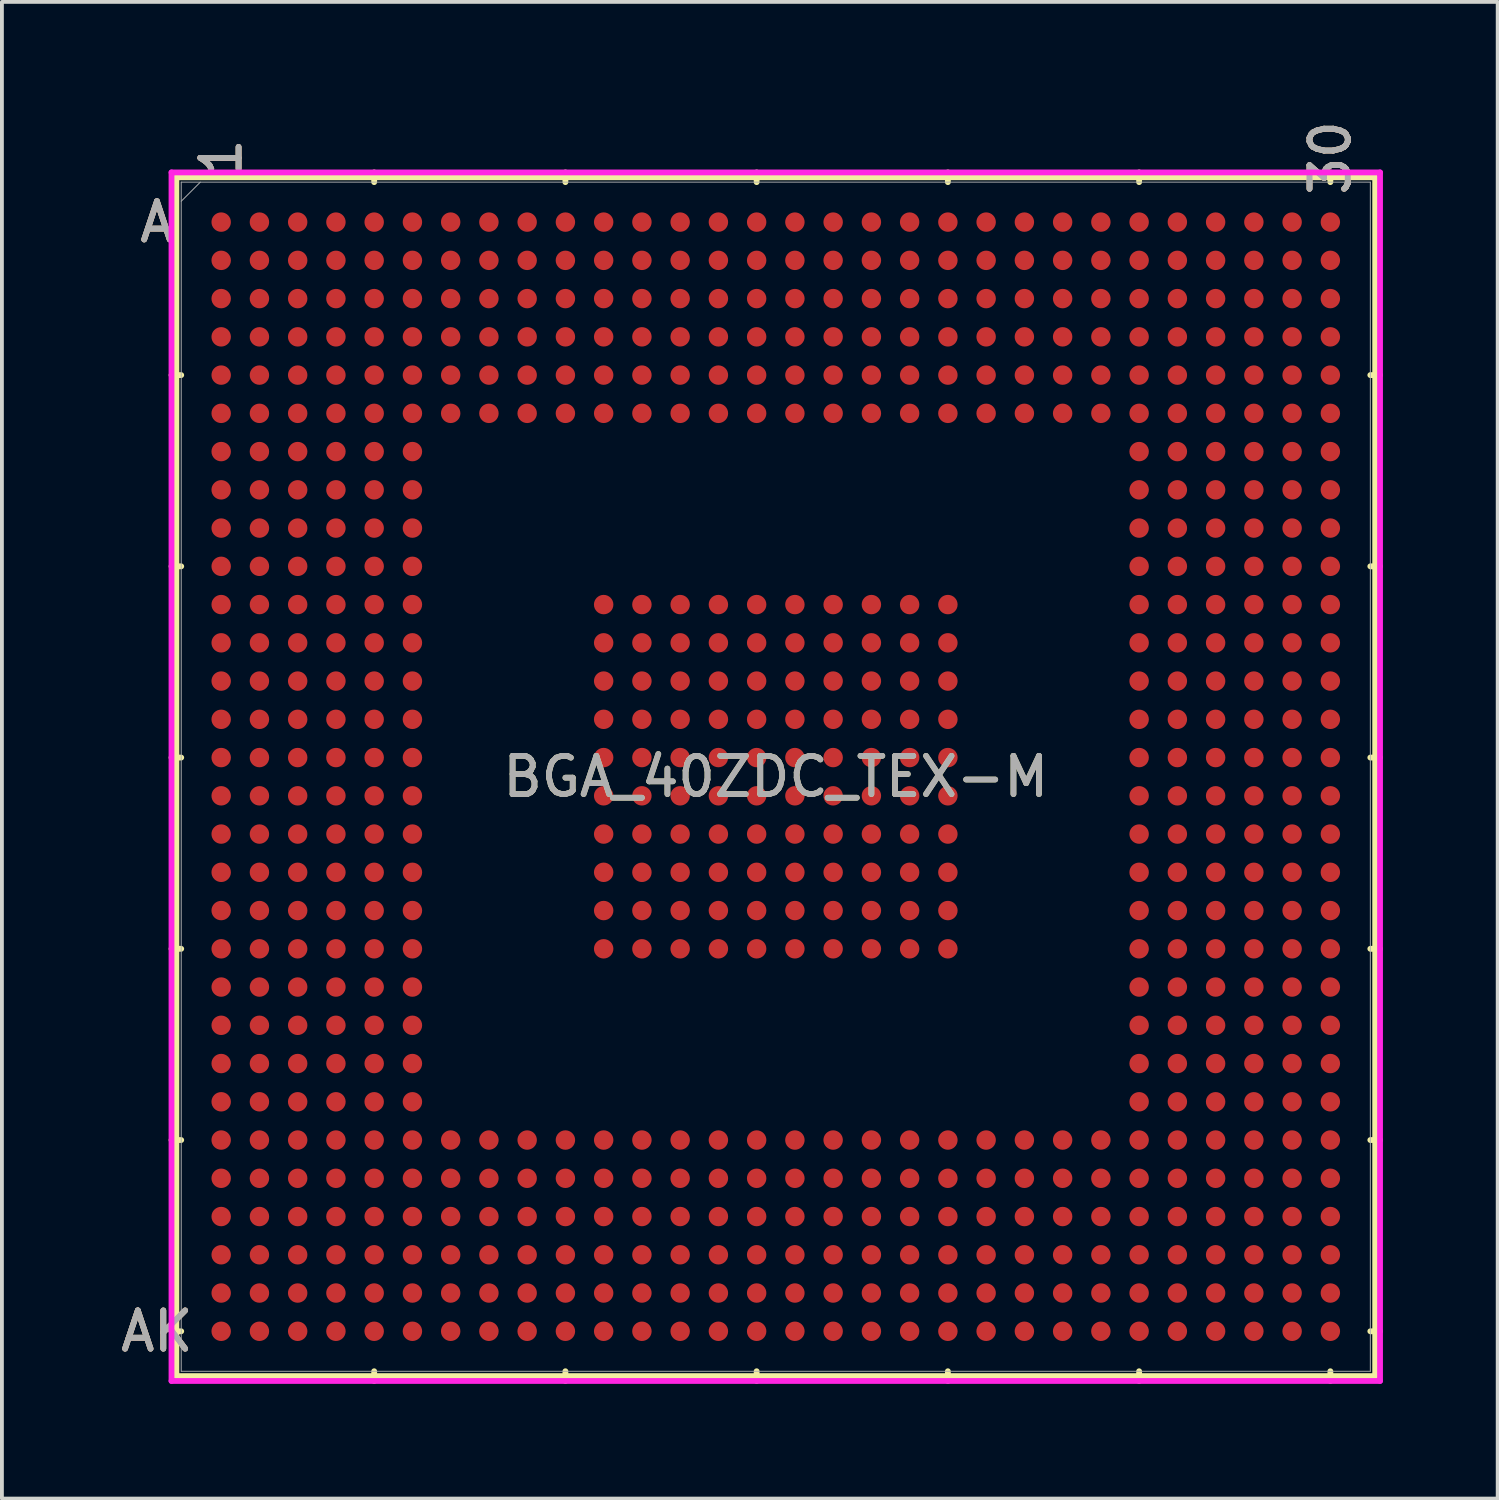
<source format=kicad_pcb>
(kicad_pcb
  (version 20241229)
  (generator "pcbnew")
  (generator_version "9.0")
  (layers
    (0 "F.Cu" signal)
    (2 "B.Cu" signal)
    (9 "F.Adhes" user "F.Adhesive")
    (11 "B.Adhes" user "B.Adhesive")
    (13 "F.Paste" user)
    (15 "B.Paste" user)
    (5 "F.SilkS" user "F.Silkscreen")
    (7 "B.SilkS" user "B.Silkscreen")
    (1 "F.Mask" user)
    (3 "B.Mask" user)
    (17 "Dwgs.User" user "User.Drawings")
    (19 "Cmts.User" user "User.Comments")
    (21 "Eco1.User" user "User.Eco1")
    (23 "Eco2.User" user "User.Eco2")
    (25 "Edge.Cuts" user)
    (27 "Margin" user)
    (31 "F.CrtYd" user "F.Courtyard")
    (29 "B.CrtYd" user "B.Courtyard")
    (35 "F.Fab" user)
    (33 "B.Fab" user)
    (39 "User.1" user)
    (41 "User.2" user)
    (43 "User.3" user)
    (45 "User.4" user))
  (footprint "BGA_40ZDC_TEX-M"
    (layer "F.Cu")
    (at 17.233 17.257)
    (property "Reference" "BGA_40ZDC_TEX-M" (at 0 0 0) (unlocked yes) (layer "F.SilkS") (effects (font (size 1 1) (thickness 0.15))))
    (attr smd)
    (fp_line (start -15.672 -15.672) (end -15.672 15.672) (stroke (width 0.152) (type solid)) (layer "F.SilkS"))
    (fp_line (start -15.672 15.672) (end 15.672 15.672) (stroke (width 0.152) (type solid)) (layer "F.SilkS"))
    (fp_line (start -15.545 -10.5) (end -15.799 -10.5) (stroke (width 0.152) (type solid)) (layer "F.SilkS"))
    (fp_line (start -15.545 -5.5) (end -15.799 -5.5) (stroke (width 0.152) (type solid)) (layer "F.SilkS"))
    (fp_line (start -15.545 -0.5) (end -15.799 -0.5) (stroke (width 0.152) (type solid)) (layer "F.SilkS"))
    (fp_line (start -15.545 4.5) (end -15.799 4.5) (stroke (width 0.152) (type solid)) (layer "F.SilkS"))
    (fp_line (start -15.545 9.5) (end -15.799 9.5) (stroke (width 0.152) (type solid)) (layer "F.SilkS"))
    (fp_line (start -15.545 14.5) (end -15.799 14.5) (stroke (width 0.152) (type solid)) (layer "F.SilkS"))
    (fp_line (start -10.5 -15.545) (end -10.5 -15.799) (stroke (width 0.152) (type solid)) (layer "F.SilkS"))
    (fp_line (start -10.5 15.545) (end -10.5 15.799) (stroke (width 0.152) (type solid)) (layer "F.SilkS"))
    (fp_line (start -5.5 -15.545) (end -5.5 -15.799) (stroke (width 0.152) (type solid)) (layer "F.SilkS"))
    (fp_line (start -5.5 15.545) (end -5.5 15.799) (stroke (width 0.152) (type solid)) (layer "F.SilkS"))
    (fp_line (start -0.5 -15.545) (end -0.5 -15.799) (stroke (width 0.152) (type solid)) (layer "F.SilkS"))
    (fp_line (start -0.5 15.545) (end -0.5 15.799) (stroke (width 0.152) (type solid)) (layer "F.SilkS"))
    (fp_line (start 4.5 -15.545) (end 4.5 -15.799) (stroke (width 0.152) (type solid)) (layer "F.SilkS"))
    (fp_line (start 4.5 15.545) (end 4.5 15.799) (stroke (width 0.152) (type solid)) (layer "F.SilkS"))
    (fp_line (start 9.5 -15.545) (end 9.5 -15.799) (stroke (width 0.152) (type solid)) (layer "F.SilkS"))
    (fp_line (start 9.5 15.545) (end 9.5 15.799) (stroke (width 0.152) (type solid)) (layer "F.SilkS"))
    (fp_line (start 14.5 -15.545) (end 14.5 -15.799) (stroke (width 0.152) (type solid)) (layer "F.SilkS"))
    (fp_line (start 14.5 15.545) (end 14.5 15.799) (stroke (width 0.152) (type solid)) (layer "F.SilkS"))
    (fp_line (start 15.545 -10.5) (end 15.799 -10.5) (stroke (width 0.152) (type solid)) (layer "F.SilkS"))
    (fp_line (start 15.545 -5.5) (end 15.799 -5.5) (stroke (width 0.152) (type solid)) (layer "F.SilkS"))
    (fp_line (start 15.545 -0.5) (end 15.799 -0.5) (stroke (width 0.152) (type solid)) (layer "F.SilkS"))
    (fp_line (start 15.545 4.5) (end 15.799 4.5) (stroke (width 0.152) (type solid)) (layer "F.SilkS"))
    (fp_line (start 15.545 9.5) (end 15.799 9.5) (stroke (width 0.152) (type solid)) (layer "F.SilkS"))
    (fp_line (start 15.545 14.5) (end 15.799 14.5) (stroke (width 0.152) (type solid)) (layer "F.SilkS"))
    (fp_line (start 15.672 -15.672) (end -15.672 -15.672) (stroke (width 0.152) (type solid)) (layer "F.SilkS"))
    (fp_line (start 15.672 15.672) (end 15.672 -15.672) (stroke (width 0.152) (type solid)) (layer "F.SilkS"))
    (fp_poly (pts (xy -15.508 -15.508) (xy 15.508 -15.508) (xy 15.508 15.508) (xy -15.508 15.508)) (stroke (width 0.1) (type solid)) (fill no) (layer "Eco2.User"))
    (fp_line (start -15.799 -15.799) (end 15.799 -15.799) (stroke (width 0.152) (type solid)) (layer "F.CrtYd"))
    (fp_line (start -15.799 15.799) (end -15.799 -15.799) (stroke (width 0.152) (type solid)) (layer "F.CrtYd"))
    (fp_line (start 15.799 -15.799) (end 15.799 15.799) (stroke (width 0.152) (type solid)) (layer "F.CrtYd"))
    (fp_line (start 15.799 15.799) (end -15.799 15.799) (stroke (width 0.152) (type solid)) (layer "F.CrtYd"))
    (fp_line (start -15.545 -15.545) (end -15.545 15.545) (stroke (width 0.025) (type solid)) (layer "F.Fab"))
    (fp_line (start -15.545 15.545) (end 15.545 15.545) (stroke (width 0.025) (type solid)) (layer "F.Fab"))
    (fp_line (start -15.045 -15.545) (end -15.545 -15.045) (stroke (width 0.025) (type solid)) (layer "F.Fab"))
    (fp_line (start 15.545 -15.545) (end -15.545 -15.545) (stroke (width 0.025) (type solid)) (layer "F.Fab"))
    (fp_line (start 15.545 15.545) (end 15.545 -15.545) (stroke (width 0.025) (type solid)) (layer "F.Fab"))
    (fp_text user "30" (at 14.5 -16.18 90) (unlocked yes) (layer "F.SilkS") (effects (font (size 1 1) (thickness 0.15))))
    (fp_text user "1" (at -14.5 -16.18 90) (unlocked yes) (layer "F.SilkS") (effects (font (size 1 1) (thickness 0.15))))
    (fp_text user "A" (at -16.18 -14.5 0) (unlocked yes) (layer "F.SilkS") (effects (font (size 1 1) (thickness 0.15))))
    (fp_text user "AK" (at -16.18 14.5 0) (unlocked yes) (layer "F.SilkS") (effects (font (size 1 1) (thickness 0.15))))
    (fp_text user "AK" (at -16.18 14.5 0) (unlocked yes) (layer "B.SilkS") (effects (font (size 1 1) (thickness 0.15))))
    (fp_text user "1" (at -14.5 -16.18 90) (unlocked yes) (layer "B.SilkS") (effects (font (size 1 1) (thickness 0.15))))
    (fp_text user "A" (at -16.18 -14.5 0) (unlocked yes) (layer "B.SilkS") (effects (font (size 1 1) (thickness 0.15))))
    (fp_text user "30" (at 14.5 -16.18 90) (unlocked yes) (layer "B.SilkS") (effects (font (size 1 1) (thickness 0.15))))
    (fp_text user "AK" (at -16.18 14.5 0) (unlocked yes) (layer "F.Fab") (effects (font (size 1 1) (thickness 0.15))))
    (fp_text user "${REFERENCE}" (at 0 0 0) (unlocked yes) (layer "F.Fab") (effects (font (size 1 1) (thickness 0.15))))
    (fp_text user "A" (at -16.18 -14.5 0) (unlocked yes) (layer "F.Fab") (effects (font (size 1 1) (thickness 0.15))))
    (fp_text user "30" (at 14.5 -16.18 90) (unlocked yes) (layer "F.Fab") (effects (font (size 1 1) (thickness 0.15))))
    (fp_text user "1" (at -14.5 -16.18 90) (unlocked yes) (layer "F.Fab") (effects (font (size 1 1) (thickness 0.15))))
    (pad "A1" smd circle (at -14.5 -14.5) (size 0.508 0.508) (layers "F.Cu" "F.Mask" "F.Paste"))
    (pad "A2" smd circle (at -13.5 -14.5) (size 0.508 0.508) (layers "F.Cu" "F.Mask" "F.Paste"))
    (pad "A3" smd circle (at -12.5 -14.5) (size 0.508 0.508) (layers "F.Cu" "F.Mask" "F.Paste"))
    (pad "A4" smd circle (at -11.5 -14.5) (size 0.508 0.508) (layers "F.Cu" "F.Mask" "F.Paste"))
    (pad "A5" smd circle (at -10.5 -14.5) (size 0.508 0.508) (layers "F.Cu" "F.Mask" "F.Paste"))
    (pad "A6" smd circle (at -9.5 -14.5) (size 0.508 0.508) (layers "F.Cu" "F.Mask" "F.Paste"))
    (pad "A7" smd circle (at -8.5 -14.5) (size 0.508 0.508) (layers "F.Cu" "F.Mask" "F.Paste"))
    (pad "A8" smd circle (at -7.5 -14.5) (size 0.508 0.508) (layers "F.Cu" "F.Mask" "F.Paste"))
    (pad "A9" smd circle (at -6.5 -14.5) (size 0.508 0.508) (layers "F.Cu" "F.Mask" "F.Paste"))
    (pad "A10" smd circle (at -5.5 -14.5) (size 0.508 0.508) (layers "F.Cu" "F.Mask" "F.Paste"))
    (pad "A11" smd circle (at -4.5 -14.5) (size 0.508 0.508) (layers "F.Cu" "F.Mask" "F.Paste"))
    (pad "A12" smd circle (at -3.5 -14.5) (size 0.508 0.508) (layers "F.Cu" "F.Mask" "F.Paste"))
    (pad "A13" smd circle (at -2.5 -14.5) (size 0.508 0.508) (layers "F.Cu" "F.Mask" "F.Paste"))
    (pad "A14" smd circle (at -1.5 -14.5) (size 0.508 0.508) (layers "F.Cu" "F.Mask" "F.Paste"))
    (pad "A15" smd circle (at -0.5 -14.5) (size 0.508 0.508) (layers "F.Cu" "F.Mask" "F.Paste"))
    (pad "A16" smd circle (at 0.5 -14.5) (size 0.508 0.508) (layers "F.Cu" "F.Mask" "F.Paste"))
    (pad "A17" smd circle (at 1.5 -14.5) (size 0.508 0.508) (layers "F.Cu" "F.Mask" "F.Paste"))
    (pad "A18" smd circle (at 2.5 -14.5) (size 0.508 0.508) (layers "F.Cu" "F.Mask" "F.Paste"))
    (pad "A19" smd circle (at 3.5 -14.5) (size 0.508 0.508) (layers "F.Cu" "F.Mask" "F.Paste"))
    (pad "A20" smd circle (at 4.5 -14.5) (size 0.508 0.508) (layers "F.Cu" "F.Mask" "F.Paste"))
    (pad "A21" smd circle (at 5.5 -14.5) (size 0.508 0.508) (layers "F.Cu" "F.Mask" "F.Paste"))
    (pad "A22" smd circle (at 6.5 -14.5) (size 0.508 0.508) (layers "F.Cu" "F.Mask" "F.Paste"))
    (pad "A23" smd circle (at 7.5 -14.5) (size 0.508 0.508) (layers "F.Cu" "F.Mask" "F.Paste"))
    (pad "A24" smd circle (at 8.5 -14.5) (size 0.508 0.508) (layers "F.Cu" "F.Mask" "F.Paste"))
    (pad "A25" smd circle (at 9.5 -14.5) (size 0.508 0.508) (layers "F.Cu" "F.Mask" "F.Paste"))
    (pad "A26" smd circle (at 10.5 -14.5) (size 0.508 0.508) (layers "F.Cu" "F.Mask" "F.Paste"))
    (pad "A27" smd circle (at 11.5 -14.5) (size 0.508 0.508) (layers "F.Cu" "F.Mask" "F.Paste"))
    (pad "A28" smd circle (at 12.5 -14.5) (size 0.508 0.508) (layers "F.Cu" "F.Mask" "F.Paste"))
    (pad "A29" smd circle (at 13.5 -14.5) (size 0.508 0.508) (layers "F.Cu" "F.Mask" "F.Paste"))
    (pad "A30" smd circle (at 14.5 -14.5) (size 0.508 0.508) (layers "F.Cu" "F.Mask" "F.Paste"))
    (pad "AA1" smd circle (at -14.5 5.5) (size 0.508 0.508) (layers "F.Cu" "F.Mask" "F.Paste"))
    (pad "AA2" smd circle (at -13.5 5.5) (size 0.508 0.508) (layers "F.Cu" "F.Mask" "F.Paste"))
    (pad "AA3" smd circle (at -12.5 5.5) (size 0.508 0.508) (layers "F.Cu" "F.Mask" "F.Paste"))
    (pad "AA4" smd circle (at -11.5 5.5) (size 0.508 0.508) (layers "F.Cu" "F.Mask" "F.Paste"))
    (pad "AA5" smd circle (at -10.5 5.5) (size 0.508 0.508) (layers "F.Cu" "F.Mask" "F.Paste"))
    (pad "AA6" smd circle (at -9.5 5.5) (size 0.508 0.508) (layers "F.Cu" "F.Mask" "F.Paste"))
    (pad "AA25" smd circle (at 9.5 5.5) (size 0.508 0.508) (layers "F.Cu" "F.Mask" "F.Paste"))
    (pad "AA26" smd circle (at 10.5 5.5) (size 0.508 0.508) (layers "F.Cu" "F.Mask" "F.Paste"))
    (pad "AA27" smd circle (at 11.5 5.5) (size 0.508 0.508) (layers "F.Cu" "F.Mask" "F.Paste"))
    (pad "AA28" smd circle (at 12.5 5.5) (size 0.508 0.508) (layers "F.Cu" "F.Mask" "F.Paste"))
    (pad "AA29" smd circle (at 13.5 5.5) (size 0.508 0.508) (layers "F.Cu" "F.Mask" "F.Paste"))
    (pad "AA30" smd circle (at 14.5 5.5) (size 0.508 0.508) (layers "F.Cu" "F.Mask" "F.Paste"))
    (pad "AB1" smd circle (at -14.5 6.5) (size 0.508 0.508) (layers "F.Cu" "F.Mask" "F.Paste"))
    (pad "AB2" smd circle (at -13.5 6.5) (size 0.508 0.508) (layers "F.Cu" "F.Mask" "F.Paste"))
    (pad "AB3" smd circle (at -12.5 6.5) (size 0.508 0.508) (layers "F.Cu" "F.Mask" "F.Paste"))
    (pad "AB4" smd circle (at -11.5 6.5) (size 0.508 0.508) (layers "F.Cu" "F.Mask" "F.Paste"))
    (pad "AB5" smd circle (at -10.5 6.5) (size 0.508 0.508) (layers "F.Cu" "F.Mask" "F.Paste"))
    (pad "AB6" smd circle (at -9.5 6.5) (size 0.508 0.508) (layers "F.Cu" "F.Mask" "F.Paste"))
    (pad "AB25" smd circle (at 9.5 6.5) (size 0.508 0.508) (layers "F.Cu" "F.Mask" "F.Paste"))
    (pad "AB26" smd circle (at 10.5 6.5) (size 0.508 0.508) (layers "F.Cu" "F.Mask" "F.Paste"))
    (pad "AB27" smd circle (at 11.5 6.5) (size 0.508 0.508) (layers "F.Cu" "F.Mask" "F.Paste"))
    (pad "AB28" smd circle (at 12.5 6.5) (size 0.508 0.508) (layers "F.Cu" "F.Mask" "F.Paste"))
    (pad "AB29" smd circle (at 13.5 6.5) (size 0.508 0.508) (layers "F.Cu" "F.Mask" "F.Paste"))
    (pad "AB30" smd circle (at 14.5 6.5) (size 0.508 0.508) (layers "F.Cu" "F.Mask" "F.Paste"))
    (pad "AC1" smd circle (at -14.5 7.5) (size 0.508 0.508) (layers "F.Cu" "F.Mask" "F.Paste"))
    (pad "AC2" smd circle (at -13.5 7.5) (size 0.508 0.508) (layers "F.Cu" "F.Mask" "F.Paste"))
    (pad "AC3" smd circle (at -12.5 7.5) (size 0.508 0.508) (layers "F.Cu" "F.Mask" "F.Paste"))
    (pad "AC4" smd circle (at -11.5 7.5) (size 0.508 0.508) (layers "F.Cu" "F.Mask" "F.Paste"))
    (pad "AC5" smd circle (at -10.5 7.5) (size 0.508 0.508) (layers "F.Cu" "F.Mask" "F.Paste"))
    (pad "AC6" smd circle (at -9.5 7.5) (size 0.508 0.508) (layers "F.Cu" "F.Mask" "F.Paste"))
    (pad "AC25" smd circle (at 9.5 7.5) (size 0.508 0.508) (layers "F.Cu" "F.Mask" "F.Paste"))
    (pad "AC26" smd circle (at 10.5 7.5) (size 0.508 0.508) (layers "F.Cu" "F.Mask" "F.Paste"))
    (pad "AC27" smd circle (at 11.5 7.5) (size 0.508 0.508) (layers "F.Cu" "F.Mask" "F.Paste"))
    (pad "AC28" smd circle (at 12.5 7.5) (size 0.508 0.508) (layers "F.Cu" "F.Mask" "F.Paste"))
    (pad "AC29" smd circle (at 13.5 7.5) (size 0.508 0.508) (layers "F.Cu" "F.Mask" "F.Paste"))
    (pad "AC30" smd circle (at 14.5 7.5) (size 0.508 0.508) (layers "F.Cu" "F.Mask" "F.Paste"))
    (pad "AD1" smd circle (at -14.5 8.5) (size 0.508 0.508) (layers "F.Cu" "F.Mask" "F.Paste"))
    (pad "AD2" smd circle (at -13.5 8.5) (size 0.508 0.508) (layers "F.Cu" "F.Mask" "F.Paste"))
    (pad "AD3" smd circle (at -12.5 8.5) (size 0.508 0.508) (layers "F.Cu" "F.Mask" "F.Paste"))
    (pad "AD4" smd circle (at -11.5 8.5) (size 0.508 0.508) (layers "F.Cu" "F.Mask" "F.Paste"))
    (pad "AD5" smd circle (at -10.5 8.5) (size 0.508 0.508) (layers "F.Cu" "F.Mask" "F.Paste"))
    (pad "AD6" smd circle (at -9.5 8.5) (size 0.508 0.508) (layers "F.Cu" "F.Mask" "F.Paste"))
    (pad "AD25" smd circle (at 9.5 8.5) (size 0.508 0.508) (layers "F.Cu" "F.Mask" "F.Paste"))
    (pad "AD26" smd circle (at 10.5 8.5) (size 0.508 0.508) (layers "F.Cu" "F.Mask" "F.Paste"))
    (pad "AD27" smd circle (at 11.5 8.5) (size 0.508 0.508) (layers "F.Cu" "F.Mask" "F.Paste"))
    (pad "AD28" smd circle (at 12.5 8.5) (size 0.508 0.508) (layers "F.Cu" "F.Mask" "F.Paste"))
    (pad "AD29" smd circle (at 13.5 8.5) (size 0.508 0.508) (layers "F.Cu" "F.Mask" "F.Paste"))
    (pad "AD30" smd circle (at 14.5 8.5) (size 0.508 0.508) (layers "F.Cu" "F.Mask" "F.Paste"))
    (pad "AE1" smd circle (at -14.5 9.5) (size 0.508 0.508) (layers "F.Cu" "F.Mask" "F.Paste"))
    (pad "AE2" smd circle (at -13.5 9.5) (size 0.508 0.508) (layers "F.Cu" "F.Mask" "F.Paste"))
    (pad "AE3" smd circle (at -12.5 9.5) (size 0.508 0.508) (layers "F.Cu" "F.Mask" "F.Paste"))
    (pad "AE4" smd circle (at -11.5 9.5) (size 0.508 0.508) (layers "F.Cu" "F.Mask" "F.Paste"))
    (pad "AE5" smd circle (at -10.5 9.5) (size 0.508 0.508) (layers "F.Cu" "F.Mask" "F.Paste"))
    (pad "AE6" smd circle (at -9.5 9.5) (size 0.508 0.508) (layers "F.Cu" "F.Mask" "F.Paste"))
    (pad "AE7" smd circle (at -8.5 9.5) (size 0.508 0.508) (layers "F.Cu" "F.Mask" "F.Paste"))
    (pad "AE8" smd circle (at -7.5 9.5) (size 0.508 0.508) (layers "F.Cu" "F.Mask" "F.Paste"))
    (pad "AE9" smd circle (at -6.5 9.5) (size 0.508 0.508) (layers "F.Cu" "F.Mask" "F.Paste"))
    (pad "AE10" smd circle (at -5.5 9.5) (size 0.508 0.508) (layers "F.Cu" "F.Mask" "F.Paste"))
    (pad "AE11" smd circle (at -4.5 9.5) (size 0.508 0.508) (layers "F.Cu" "F.Mask" "F.Paste"))
    (pad "AE12" smd circle (at -3.5 9.5) (size 0.508 0.508) (layers "F.Cu" "F.Mask" "F.Paste"))
    (pad "AE13" smd circle (at -2.5 9.5) (size 0.508 0.508) (layers "F.Cu" "F.Mask" "F.Paste"))
    (pad "AE14" smd circle (at -1.5 9.5) (size 0.508 0.508) (layers "F.Cu" "F.Mask" "F.Paste"))
    (pad "AE15" smd circle (at -0.5 9.5) (size 0.508 0.508) (layers "F.Cu" "F.Mask" "F.Paste"))
    (pad "AE16" smd circle (at 0.5 9.5) (size 0.508 0.508) (layers "F.Cu" "F.Mask" "F.Paste"))
    (pad "AE17" smd circle (at 1.5 9.5) (size 0.508 0.508) (layers "F.Cu" "F.Mask" "F.Paste"))
    (pad "AE18" smd circle (at 2.5 9.5) (size 0.508 0.508) (layers "F.Cu" "F.Mask" "F.Paste"))
    (pad "AE19" smd circle (at 3.5 9.5) (size 0.508 0.508) (layers "F.Cu" "F.Mask" "F.Paste"))
    (pad "AE20" smd circle (at 4.5 9.5) (size 0.508 0.508) (layers "F.Cu" "F.Mask" "F.Paste"))
    (pad "AE21" smd circle (at 5.5 9.5) (size 0.508 0.508) (layers "F.Cu" "F.Mask" "F.Paste"))
    (pad "AE22" smd circle (at 6.5 9.5) (size 0.508 0.508) (layers "F.Cu" "F.Mask" "F.Paste"))
    (pad "AE23" smd circle (at 7.5 9.5) (size 0.508 0.508) (layers "F.Cu" "F.Mask" "F.Paste"))
    (pad "AE24" smd circle (at 8.5 9.5) (size 0.508 0.508) (layers "F.Cu" "F.Mask" "F.Paste"))
    (pad "AE25" smd circle (at 9.5 9.5) (size 0.508 0.508) (layers "F.Cu" "F.Mask" "F.Paste"))
    (pad "AE26" smd circle (at 10.5 9.5) (size 0.508 0.508) (layers "F.Cu" "F.Mask" "F.Paste"))
    (pad "AE27" smd circle (at 11.5 9.5) (size 0.508 0.508) (layers "F.Cu" "F.Mask" "F.Paste"))
    (pad "AE28" smd circle (at 12.5 9.5) (size 0.508 0.508) (layers "F.Cu" "F.Mask" "F.Paste"))
    (pad "AE29" smd circle (at 13.5 9.5) (size 0.508 0.508) (layers "F.Cu" "F.Mask" "F.Paste"))
    (pad "AE30" smd circle (at 14.5 9.5) (size 0.508 0.508) (layers "F.Cu" "F.Mask" "F.Paste"))
    (pad "AF1" smd circle (at -14.5 10.5) (size 0.508 0.508) (layers "F.Cu" "F.Mask" "F.Paste"))
    (pad "AF2" smd circle (at -13.5 10.5) (size 0.508 0.508) (layers "F.Cu" "F.Mask" "F.Paste"))
    (pad "AF3" smd circle (at -12.5 10.5) (size 0.508 0.508) (layers "F.Cu" "F.Mask" "F.Paste"))
    (pad "AF4" smd circle (at -11.5 10.5) (size 0.508 0.508) (layers "F.Cu" "F.Mask" "F.Paste"))
    (pad "AF5" smd circle (at -10.5 10.5) (size 0.508 0.508) (layers "F.Cu" "F.Mask" "F.Paste"))
    (pad "AF6" smd circle (at -9.5 10.5) (size 0.508 0.508) (layers "F.Cu" "F.Mask" "F.Paste"))
    (pad "AF7" smd circle (at -8.5 10.5) (size 0.508 0.508) (layers "F.Cu" "F.Mask" "F.Paste"))
    (pad "AF8" smd circle (at -7.5 10.5) (size 0.508 0.508) (layers "F.Cu" "F.Mask" "F.Paste"))
    (pad "AF9" smd circle (at -6.5 10.5) (size 0.508 0.508) (layers "F.Cu" "F.Mask" "F.Paste"))
    (pad "AF10" smd circle (at -5.5 10.5) (size 0.508 0.508) (layers "F.Cu" "F.Mask" "F.Paste"))
    (pad "AF11" smd circle (at -4.5 10.5) (size 0.508 0.508) (layers "F.Cu" "F.Mask" "F.Paste"))
    (pad "AF12" smd circle (at -3.5 10.5) (size 0.508 0.508) (layers "F.Cu" "F.Mask" "F.Paste"))
    (pad "AF13" smd circle (at -2.5 10.5) (size 0.508 0.508) (layers "F.Cu" "F.Mask" "F.Paste"))
    (pad "AF14" smd circle (at -1.5 10.5) (size 0.508 0.508) (layers "F.Cu" "F.Mask" "F.Paste"))
    (pad "AF15" smd circle (at -0.5 10.5) (size 0.508 0.508) (layers "F.Cu" "F.Mask" "F.Paste"))
    (pad "AF16" smd circle (at 0.5 10.5) (size 0.508 0.508) (layers "F.Cu" "F.Mask" "F.Paste"))
    (pad "AF17" smd circle (at 1.5 10.5) (size 0.508 0.508) (layers "F.Cu" "F.Mask" "F.Paste"))
    (pad "AF18" smd circle (at 2.5 10.5) (size 0.508 0.508) (layers "F.Cu" "F.Mask" "F.Paste"))
    (pad "AF19" smd circle (at 3.5 10.5) (size 0.508 0.508) (layers "F.Cu" "F.Mask" "F.Paste"))
    (pad "AF20" smd circle (at 4.5 10.5) (size 0.508 0.508) (layers "F.Cu" "F.Mask" "F.Paste"))
    (pad "AF21" smd circle (at 5.5 10.5) (size 0.508 0.508) (layers "F.Cu" "F.Mask" "F.Paste"))
    (pad "AF22" smd circle (at 6.5 10.5) (size 0.508 0.508) (layers "F.Cu" "F.Mask" "F.Paste"))
    (pad "AF23" smd circle (at 7.5 10.5) (size 0.508 0.508) (layers "F.Cu" "F.Mask" "F.Paste"))
    (pad "AF24" smd circle (at 8.5 10.5) (size 0.508 0.508) (layers "F.Cu" "F.Mask" "F.Paste"))
    (pad "AF25" smd circle (at 9.5 10.5) (size 0.508 0.508) (layers "F.Cu" "F.Mask" "F.Paste"))
    (pad "AF26" smd circle (at 10.5 10.5) (size 0.508 0.508) (layers "F.Cu" "F.Mask" "F.Paste"))
    (pad "AF27" smd circle (at 11.5 10.5) (size 0.508 0.508) (layers "F.Cu" "F.Mask" "F.Paste"))
    (pad "AF28" smd circle (at 12.5 10.5) (size 0.508 0.508) (layers "F.Cu" "F.Mask" "F.Paste"))
    (pad "AF29" smd circle (at 13.5 10.5) (size 0.508 0.508) (layers "F.Cu" "F.Mask" "F.Paste"))
    (pad "AF30" smd circle (at 14.5 10.5) (size 0.508 0.508) (layers "F.Cu" "F.Mask" "F.Paste"))
    (pad "AG1" smd circle (at -14.5 11.5) (size 0.508 0.508) (layers "F.Cu" "F.Mask" "F.Paste"))
    (pad "AG2" smd circle (at -13.5 11.5) (size 0.508 0.508) (layers "F.Cu" "F.Mask" "F.Paste"))
    (pad "AG3" smd circle (at -12.5 11.5) (size 0.508 0.508) (layers "F.Cu" "F.Mask" "F.Paste"))
    (pad "AG4" smd circle (at -11.5 11.5) (size 0.508 0.508) (layers "F.Cu" "F.Mask" "F.Paste"))
    (pad "AG5" smd circle (at -10.5 11.5) (size 0.508 0.508) (layers "F.Cu" "F.Mask" "F.Paste"))
    (pad "AG6" smd circle (at -9.5 11.5) (size 0.508 0.508) (layers "F.Cu" "F.Mask" "F.Paste"))
    (pad "AG7" smd circle (at -8.5 11.5) (size 0.508 0.508) (layers "F.Cu" "F.Mask" "F.Paste"))
    (pad "AG8" smd circle (at -7.5 11.5) (size 0.508 0.508) (layers "F.Cu" "F.Mask" "F.Paste"))
    (pad "AG9" smd circle (at -6.5 11.5) (size 0.508 0.508) (layers "F.Cu" "F.Mask" "F.Paste"))
    (pad "AG10" smd circle (at -5.5 11.5) (size 0.508 0.508) (layers "F.Cu" "F.Mask" "F.Paste"))
    (pad "AG11" smd circle (at -4.5 11.5) (size 0.508 0.508) (layers "F.Cu" "F.Mask" "F.Paste"))
    (pad "AG12" smd circle (at -3.5 11.5) (size 0.508 0.508) (layers "F.Cu" "F.Mask" "F.Paste"))
    (pad "AG13" smd circle (at -2.5 11.5) (size 0.508 0.508) (layers "F.Cu" "F.Mask" "F.Paste"))
    (pad "AG14" smd circle (at -1.5 11.5) (size 0.508 0.508) (layers "F.Cu" "F.Mask" "F.Paste"))
    (pad "AG15" smd circle (at -0.5 11.5) (size 0.508 0.508) (layers "F.Cu" "F.Mask" "F.Paste"))
    (pad "AG16" smd circle (at 0.5 11.5) (size 0.508 0.508) (layers "F.Cu" "F.Mask" "F.Paste"))
    (pad "AG17" smd circle (at 1.5 11.5) (size 0.508 0.508) (layers "F.Cu" "F.Mask" "F.Paste"))
    (pad "AG18" smd circle (at 2.5 11.5) (size 0.508 0.508) (layers "F.Cu" "F.Mask" "F.Paste"))
    (pad "AG19" smd circle (at 3.5 11.5) (size 0.508 0.508) (layers "F.Cu" "F.Mask" "F.Paste"))
    (pad "AG20" smd circle (at 4.5 11.5) (size 0.508 0.508) (layers "F.Cu" "F.Mask" "F.Paste"))
    (pad "AG21" smd circle (at 5.5 11.5) (size 0.508 0.508) (layers "F.Cu" "F.Mask" "F.Paste"))
    (pad "AG22" smd circle (at 6.5 11.5) (size 0.508 0.508) (layers "F.Cu" "F.Mask" "F.Paste"))
    (pad "AG23" smd circle (at 7.5 11.5) (size 0.508 0.508) (layers "F.Cu" "F.Mask" "F.Paste"))
    (pad "AG24" smd circle (at 8.5 11.5) (size 0.508 0.508) (layers "F.Cu" "F.Mask" "F.Paste"))
    (pad "AG25" smd circle (at 9.5 11.5) (size 0.508 0.508) (layers "F.Cu" "F.Mask" "F.Paste"))
    (pad "AG26" smd circle (at 10.5 11.5) (size 0.508 0.508) (layers "F.Cu" "F.Mask" "F.Paste"))
    (pad "AG27" smd circle (at 11.5 11.5) (size 0.508 0.508) (layers "F.Cu" "F.Mask" "F.Paste"))
    (pad "AG28" smd circle (at 12.5 11.5) (size 0.508 0.508) (layers "F.Cu" "F.Mask" "F.Paste"))
    (pad "AG29" smd circle (at 13.5 11.5) (size 0.508 0.508) (layers "F.Cu" "F.Mask" "F.Paste"))
    (pad "AG30" smd circle (at 14.5 11.5) (size 0.508 0.508) (layers "F.Cu" "F.Mask" "F.Paste"))
    (pad "AH1" smd circle (at -14.5 12.5) (size 0.508 0.508) (layers "F.Cu" "F.Mask" "F.Paste"))
    (pad "AH2" smd circle (at -13.5 12.5) (size 0.508 0.508) (layers "F.Cu" "F.Mask" "F.Paste"))
    (pad "AH3" smd circle (at -12.5 12.5) (size 0.508 0.508) (layers "F.Cu" "F.Mask" "F.Paste"))
    (pad "AH4" smd circle (at -11.5 12.5) (size 0.508 0.508) (layers "F.Cu" "F.Mask" "F.Paste"))
    (pad "AH5" smd circle (at -10.5 12.5) (size 0.508 0.508) (layers "F.Cu" "F.Mask" "F.Paste"))
    (pad "AH6" smd circle (at -9.5 12.5) (size 0.508 0.508) (layers "F.Cu" "F.Mask" "F.Paste"))
    (pad "AH7" smd circle (at -8.5 12.5) (size 0.508 0.508) (layers "F.Cu" "F.Mask" "F.Paste"))
    (pad "AH8" smd circle (at -7.5 12.5) (size 0.508 0.508) (layers "F.Cu" "F.Mask" "F.Paste"))
    (pad "AH9" smd circle (at -6.5 12.5) (size 0.508 0.508) (layers "F.Cu" "F.Mask" "F.Paste"))
    (pad "AH10" smd circle (at -5.5 12.5) (size 0.508 0.508) (layers "F.Cu" "F.Mask" "F.Paste"))
    (pad "AH11" smd circle (at -4.5 12.5) (size 0.508 0.508) (layers "F.Cu" "F.Mask" "F.Paste"))
    (pad "AH12" smd circle (at -3.5 12.5) (size 0.508 0.508) (layers "F.Cu" "F.Mask" "F.Paste"))
    (pad "AH13" smd circle (at -2.5 12.5) (size 0.508 0.508) (layers "F.Cu" "F.Mask" "F.Paste"))
    (pad "AH14" smd circle (at -1.5 12.5) (size 0.508 0.508) (layers "F.Cu" "F.Mask" "F.Paste"))
    (pad "AH15" smd circle (at -0.5 12.5) (size 0.508 0.508) (layers "F.Cu" "F.Mask" "F.Paste"))
    (pad "AH16" smd circle (at 0.5 12.5) (size 0.508 0.508) (layers "F.Cu" "F.Mask" "F.Paste"))
    (pad "AH17" smd circle (at 1.5 12.5) (size 0.508 0.508) (layers "F.Cu" "F.Mask" "F.Paste"))
    (pad "AH18" smd circle (at 2.5 12.5) (size 0.508 0.508) (layers "F.Cu" "F.Mask" "F.Paste"))
    (pad "AH19" smd circle (at 3.5 12.5) (size 0.508 0.508) (layers "F.Cu" "F.Mask" "F.Paste"))
    (pad "AH20" smd circle (at 4.5 12.5) (size 0.508 0.508) (layers "F.Cu" "F.Mask" "F.Paste"))
    (pad "AH21" smd circle (at 5.5 12.5) (size 0.508 0.508) (layers "F.Cu" "F.Mask" "F.Paste"))
    (pad "AH22" smd circle (at 6.5 12.5) (size 0.508 0.508) (layers "F.Cu" "F.Mask" "F.Paste"))
    (pad "AH23" smd circle (at 7.5 12.5) (size 0.508 0.508) (layers "F.Cu" "F.Mask" "F.Paste"))
    (pad "AH24" smd circle (at 8.5 12.5) (size 0.508 0.508) (layers "F.Cu" "F.Mask" "F.Paste"))
    (pad "AH25" smd circle (at 9.5 12.5) (size 0.508 0.508) (layers "F.Cu" "F.Mask" "F.Paste"))
    (pad "AH26" smd circle (at 10.5 12.5) (size 0.508 0.508) (layers "F.Cu" "F.Mask" "F.Paste"))
    (pad "AH27" smd circle (at 11.5 12.5) (size 0.508 0.508) (layers "F.Cu" "F.Mask" "F.Paste"))
    (pad "AH28" smd circle (at 12.5 12.5) (size 0.508 0.508) (layers "F.Cu" "F.Mask" "F.Paste"))
    (pad "AH29" smd circle (at 13.5 12.5) (size 0.508 0.508) (layers "F.Cu" "F.Mask" "F.Paste"))
    (pad "AH30" smd circle (at 14.5 12.5) (size 0.508 0.508) (layers "F.Cu" "F.Mask" "F.Paste"))
    (pad "AJ1" smd circle (at -14.5 13.5) (size 0.508 0.508) (layers "F.Cu" "F.Mask" "F.Paste"))
    (pad "AJ2" smd circle (at -13.5 13.5) (size 0.508 0.508) (layers "F.Cu" "F.Mask" "F.Paste"))
    (pad "AJ3" smd circle (at -12.5 13.5) (size 0.508 0.508) (layers "F.Cu" "F.Mask" "F.Paste"))
    (pad "AJ4" smd circle (at -11.5 13.5) (size 0.508 0.508) (layers "F.Cu" "F.Mask" "F.Paste"))
    (pad "AJ5" smd circle (at -10.5 13.5) (size 0.508 0.508) (layers "F.Cu" "F.Mask" "F.Paste"))
    (pad "AJ6" smd circle (at -9.5 13.5) (size 0.508 0.508) (layers "F.Cu" "F.Mask" "F.Paste"))
    (pad "AJ7" smd circle (at -8.5 13.5) (size 0.508 0.508) (layers "F.Cu" "F.Mask" "F.Paste"))
    (pad "AJ8" smd circle (at -7.5 13.5) (size 0.508 0.508) (layers "F.Cu" "F.Mask" "F.Paste"))
    (pad "AJ9" smd circle (at -6.5 13.5) (size 0.508 0.508) (layers "F.Cu" "F.Mask" "F.Paste"))
    (pad "AJ10" smd circle (at -5.5 13.5) (size 0.508 0.508) (layers "F.Cu" "F.Mask" "F.Paste"))
    (pad "AJ11" smd circle (at -4.5 13.5) (size 0.508 0.508) (layers "F.Cu" "F.Mask" "F.Paste"))
    (pad "AJ12" smd circle (at -3.5 13.5) (size 0.508 0.508) (layers "F.Cu" "F.Mask" "F.Paste"))
    (pad "AJ13" smd circle (at -2.5 13.5) (size 0.508 0.508) (layers "F.Cu" "F.Mask" "F.Paste"))
    (pad "AJ14" smd circle (at -1.5 13.5) (size 0.508 0.508) (layers "F.Cu" "F.Mask" "F.Paste"))
    (pad "AJ15" smd circle (at -0.5 13.5) (size 0.508 0.508) (layers "F.Cu" "F.Mask" "F.Paste"))
    (pad "AJ16" smd circle (at 0.5 13.5) (size 0.508 0.508) (layers "F.Cu" "F.Mask" "F.Paste"))
    (pad "AJ17" smd circle (at 1.5 13.5) (size 0.508 0.508) (layers "F.Cu" "F.Mask" "F.Paste"))
    (pad "AJ18" smd circle (at 2.5 13.5) (size 0.508 0.508) (layers "F.Cu" "F.Mask" "F.Paste"))
    (pad "AJ19" smd circle (at 3.5 13.5) (size 0.508 0.508) (layers "F.Cu" "F.Mask" "F.Paste"))
    (pad "AJ20" smd circle (at 4.5 13.5) (size 0.508 0.508) (layers "F.Cu" "F.Mask" "F.Paste"))
    (pad "AJ21" smd circle (at 5.5 13.5) (size 0.508 0.508) (layers "F.Cu" "F.Mask" "F.Paste"))
    (pad "AJ22" smd circle (at 6.5 13.5) (size 0.508 0.508) (layers "F.Cu" "F.Mask" "F.Paste"))
    (pad "AJ23" smd circle (at 7.5 13.5) (size 0.508 0.508) (layers "F.Cu" "F.Mask" "F.Paste"))
    (pad "AJ24" smd circle (at 8.5 13.5) (size 0.508 0.508) (layers "F.Cu" "F.Mask" "F.Paste"))
    (pad "AJ25" smd circle (at 9.5 13.5) (size 0.508 0.508) (layers "F.Cu" "F.Mask" "F.Paste"))
    (pad "AJ26" smd circle (at 10.5 13.5) (size 0.508 0.508) (layers "F.Cu" "F.Mask" "F.Paste"))
    (pad "AJ27" smd circle (at 11.5 13.5) (size 0.508 0.508) (layers "F.Cu" "F.Mask" "F.Paste"))
    (pad "AJ28" smd circle (at 12.5 13.5) (size 0.508 0.508) (layers "F.Cu" "F.Mask" "F.Paste"))
    (pad "AJ29" smd circle (at 13.5 13.5) (size 0.508 0.508) (layers "F.Cu" "F.Mask" "F.Paste"))
    (pad "AJ30" smd circle (at 14.5 13.5) (size 0.508 0.508) (layers "F.Cu" "F.Mask" "F.Paste"))
    (pad "AK1" smd circle (at -14.5 14.5) (size 0.508 0.508) (layers "F.Cu" "F.Mask" "F.Paste"))
    (pad "AK2" smd circle (at -13.5 14.5) (size 0.508 0.508) (layers "F.Cu" "F.Mask" "F.Paste"))
    (pad "AK3" smd circle (at -12.5 14.5) (size 0.508 0.508) (layers "F.Cu" "F.Mask" "F.Paste"))
    (pad "AK4" smd circle (at -11.5 14.5) (size 0.508 0.508) (layers "F.Cu" "F.Mask" "F.Paste"))
    (pad "AK5" smd circle (at -10.5 14.5) (size 0.508 0.508) (layers "F.Cu" "F.Mask" "F.Paste"))
    (pad "AK6" smd circle (at -9.5 14.5) (size 0.508 0.508) (layers "F.Cu" "F.Mask" "F.Paste"))
    (pad "AK7" smd circle (at -8.5 14.5) (size 0.508 0.508) (layers "F.Cu" "F.Mask" "F.Paste"))
    (pad "AK8" smd circle (at -7.5 14.5) (size 0.508 0.508) (layers "F.Cu" "F.Mask" "F.Paste"))
    (pad "AK9" smd circle (at -6.5 14.5) (size 0.508 0.508) (layers "F.Cu" "F.Mask" "F.Paste"))
    (pad "AK10" smd circle (at -5.5 14.5) (size 0.508 0.508) (layers "F.Cu" "F.Mask" "F.Paste"))
    (pad "AK11" smd circle (at -4.5 14.5) (size 0.508 0.508) (layers "F.Cu" "F.Mask" "F.Paste"))
    (pad "AK12" smd circle (at -3.5 14.5) (size 0.508 0.508) (layers "F.Cu" "F.Mask" "F.Paste"))
    (pad "AK13" smd circle (at -2.5 14.5) (size 0.508 0.508) (layers "F.Cu" "F.Mask" "F.Paste"))
    (pad "AK14" smd circle (at -1.5 14.5) (size 0.508 0.508) (layers "F.Cu" "F.Mask" "F.Paste"))
    (pad "AK15" smd circle (at -0.5 14.5) (size 0.508 0.508) (layers "F.Cu" "F.Mask" "F.Paste"))
    (pad "AK16" smd circle (at 0.5 14.5) (size 0.508 0.508) (layers "F.Cu" "F.Mask" "F.Paste"))
    (pad "AK17" smd circle (at 1.5 14.5) (size 0.508 0.508) (layers "F.Cu" "F.Mask" "F.Paste"))
    (pad "AK18" smd circle (at 2.5 14.5) (size 0.508 0.508) (layers "F.Cu" "F.Mask" "F.Paste"))
    (pad "AK19" smd circle (at 3.5 14.5) (size 0.508 0.508) (layers "F.Cu" "F.Mask" "F.Paste"))
    (pad "AK20" smd circle (at 4.5 14.5) (size 0.508 0.508) (layers "F.Cu" "F.Mask" "F.Paste"))
    (pad "AK21" smd circle (at 5.5 14.5) (size 0.508 0.508) (layers "F.Cu" "F.Mask" "F.Paste"))
    (pad "AK22" smd circle (at 6.5 14.5) (size 0.508 0.508) (layers "F.Cu" "F.Mask" "F.Paste"))
    (pad "AK23" smd circle (at 7.5 14.5) (size 0.508 0.508) (layers "F.Cu" "F.Mask" "F.Paste"))
    (pad "AK24" smd circle (at 8.5 14.5) (size 0.508 0.508) (layers "F.Cu" "F.Mask" "F.Paste"))
    (pad "AK25" smd circle (at 9.5 14.5) (size 0.508 0.508) (layers "F.Cu" "F.Mask" "F.Paste"))
    (pad "AK26" smd circle (at 10.5 14.5) (size 0.508 0.508) (layers "F.Cu" "F.Mask" "F.Paste"))
    (pad "AK27" smd circle (at 11.5 14.5) (size 0.508 0.508) (layers "F.Cu" "F.Mask" "F.Paste"))
    (pad "AK28" smd circle (at 12.5 14.5) (size 0.508 0.508) (layers "F.Cu" "F.Mask" "F.Paste"))
    (pad "AK29" smd circle (at 13.5 14.5) (size 0.508 0.508) (layers "F.Cu" "F.Mask" "F.Paste"))
    (pad "AK30" smd circle (at 14.5 14.5) (size 0.508 0.508) (layers "F.Cu" "F.Mask" "F.Paste"))
    (pad "B1" smd circle (at -14.5 -13.5) (size 0.508 0.508) (layers "F.Cu" "F.Mask" "F.Paste"))
    (pad "B2" smd circle (at -13.5 -13.5) (size 0.508 0.508) (layers "F.Cu" "F.Mask" "F.Paste"))
    (pad "B3" smd circle (at -12.5 -13.5) (size 0.508 0.508) (layers "F.Cu" "F.Mask" "F.Paste"))
    (pad "B4" smd circle (at -11.5 -13.5) (size 0.508 0.508) (layers "F.Cu" "F.Mask" "F.Paste"))
    (pad "B5" smd circle (at -10.5 -13.5) (size 0.508 0.508) (layers "F.Cu" "F.Mask" "F.Paste"))
    (pad "B6" smd circle (at -9.5 -13.5) (size 0.508 0.508) (layers "F.Cu" "F.Mask" "F.Paste"))
    (pad "B7" smd circle (at -8.5 -13.5) (size 0.508 0.508) (layers "F.Cu" "F.Mask" "F.Paste"))
    (pad "B8" smd circle (at -7.5 -13.5) (size 0.508 0.508) (layers "F.Cu" "F.Mask" "F.Paste"))
    (pad "B9" smd circle (at -6.5 -13.5) (size 0.508 0.508) (layers "F.Cu" "F.Mask" "F.Paste"))
    (pad "B10" smd circle (at -5.5 -13.5) (size 0.508 0.508) (layers "F.Cu" "F.Mask" "F.Paste"))
    (pad "B11" smd circle (at -4.5 -13.5) (size 0.508 0.508) (layers "F.Cu" "F.Mask" "F.Paste"))
    (pad "B12" smd circle (at -3.5 -13.5) (size 0.508 0.508) (layers "F.Cu" "F.Mask" "F.Paste"))
    (pad "B13" smd circle (at -2.5 -13.5) (size 0.508 0.508) (layers "F.Cu" "F.Mask" "F.Paste"))
    (pad "B14" smd circle (at -1.5 -13.5) (size 0.508 0.508) (layers "F.Cu" "F.Mask" "F.Paste"))
    (pad "B15" smd circle (at -0.5 -13.5) (size 0.508 0.508) (layers "F.Cu" "F.Mask" "F.Paste"))
    (pad "B16" smd circle (at 0.5 -13.5) (size 0.508 0.508) (layers "F.Cu" "F.Mask" "F.Paste"))
    (pad "B17" smd circle (at 1.5 -13.5) (size 0.508 0.508) (layers "F.Cu" "F.Mask" "F.Paste"))
    (pad "B18" smd circle (at 2.5 -13.5) (size 0.508 0.508) (layers "F.Cu" "F.Mask" "F.Paste"))
    (pad "B19" smd circle (at 3.5 -13.5) (size 0.508 0.508) (layers "F.Cu" "F.Mask" "F.Paste"))
    (pad "B20" smd circle (at 4.5 -13.5) (size 0.508 0.508) (layers "F.Cu" "F.Mask" "F.Paste"))
    (pad "B21" smd circle (at 5.5 -13.5) (size 0.508 0.508) (layers "F.Cu" "F.Mask" "F.Paste"))
    (pad "B22" smd circle (at 6.5 -13.5) (size 0.508 0.508) (layers "F.Cu" "F.Mask" "F.Paste"))
    (pad "B23" smd circle (at 7.5 -13.5) (size 0.508 0.508) (layers "F.Cu" "F.Mask" "F.Paste"))
    (pad "B24" smd circle (at 8.5 -13.5) (size 0.508 0.508) (layers "F.Cu" "F.Mask" "F.Paste"))
    (pad "B25" smd circle (at 9.5 -13.5) (size 0.508 0.508) (layers "F.Cu" "F.Mask" "F.Paste"))
    (pad "B26" smd circle (at 10.5 -13.5) (size 0.508 0.508) (layers "F.Cu" "F.Mask" "F.Paste"))
    (pad "B27" smd circle (at 11.5 -13.5) (size 0.508 0.508) (layers "F.Cu" "F.Mask" "F.Paste"))
    (pad "B28" smd circle (at 12.5 -13.5) (size 0.508 0.508) (layers "F.Cu" "F.Mask" "F.Paste"))
    (pad "B29" smd circle (at 13.5 -13.5) (size 0.508 0.508) (layers "F.Cu" "F.Mask" "F.Paste"))
    (pad "B30" smd circle (at 14.5 -13.5) (size 0.508 0.508) (layers "F.Cu" "F.Mask" "F.Paste"))
    (pad "C1" smd circle (at -14.5 -12.5) (size 0.508 0.508) (layers "F.Cu" "F.Mask" "F.Paste"))
    (pad "C2" smd circle (at -13.5 -12.5) (size 0.508 0.508) (layers "F.Cu" "F.Mask" "F.Paste"))
    (pad "C3" smd circle (at -12.5 -12.5) (size 0.508 0.508) (layers "F.Cu" "F.Mask" "F.Paste"))
    (pad "C4" smd circle (at -11.5 -12.5) (size 0.508 0.508) (layers "F.Cu" "F.Mask" "F.Paste"))
    (pad "C5" smd circle (at -10.5 -12.5) (size 0.508 0.508) (layers "F.Cu" "F.Mask" "F.Paste"))
    (pad "C6" smd circle (at -9.5 -12.5) (size 0.508 0.508) (layers "F.Cu" "F.Mask" "F.Paste"))
    (pad "C7" smd circle (at -8.5 -12.5) (size 0.508 0.508) (layers "F.Cu" "F.Mask" "F.Paste"))
    (pad "C8" smd circle (at -7.5 -12.5) (size 0.508 0.508) (layers "F.Cu" "F.Mask" "F.Paste"))
    (pad "C9" smd circle (at -6.5 -12.5) (size 0.508 0.508) (layers "F.Cu" "F.Mask" "F.Paste"))
    (pad "C10" smd circle (at -5.5 -12.5) (size 0.508 0.508) (layers "F.Cu" "F.Mask" "F.Paste"))
    (pad "C11" smd circle (at -4.5 -12.5) (size 0.508 0.508) (layers "F.Cu" "F.Mask" "F.Paste"))
    (pad "C12" smd circle (at -3.5 -12.5) (size 0.508 0.508) (layers "F.Cu" "F.Mask" "F.Paste"))
    (pad "C13" smd circle (at -2.5 -12.5) (size 0.508 0.508) (layers "F.Cu" "F.Mask" "F.Paste"))
    (pad "C14" smd circle (at -1.5 -12.5) (size 0.508 0.508) (layers "F.Cu" "F.Mask" "F.Paste"))
    (pad "C15" smd circle (at -0.5 -12.5) (size 0.508 0.508) (layers "F.Cu" "F.Mask" "F.Paste"))
    (pad "C16" smd circle (at 0.5 -12.5) (size 0.508 0.508) (layers "F.Cu" "F.Mask" "F.Paste"))
    (pad "C17" smd circle (at 1.5 -12.5) (size 0.508 0.508) (layers "F.Cu" "F.Mask" "F.Paste"))
    (pad "C18" smd circle (at 2.5 -12.5) (size 0.508 0.508) (layers "F.Cu" "F.Mask" "F.Paste"))
    (pad "C19" smd circle (at 3.5 -12.5) (size 0.508 0.508) (layers "F.Cu" "F.Mask" "F.Paste"))
    (pad "C20" smd circle (at 4.5 -12.5) (size 0.508 0.508) (layers "F.Cu" "F.Mask" "F.Paste"))
    (pad "C21" smd circle (at 5.5 -12.5) (size 0.508 0.508) (layers "F.Cu" "F.Mask" "F.Paste"))
    (pad "C22" smd circle (at 6.5 -12.5) (size 0.508 0.508) (layers "F.Cu" "F.Mask" "F.Paste"))
    (pad "C23" smd circle (at 7.5 -12.5) (size 0.508 0.508) (layers "F.Cu" "F.Mask" "F.Paste"))
    (pad "C24" smd circle (at 8.5 -12.5) (size 0.508 0.508) (layers "F.Cu" "F.Mask" "F.Paste"))
    (pad "C25" smd circle (at 9.5 -12.5) (size 0.508 0.508) (layers "F.Cu" "F.Mask" "F.Paste"))
    (pad "C26" smd circle (at 10.5 -12.5) (size 0.508 0.508) (layers "F.Cu" "F.Mask" "F.Paste"))
    (pad "C27" smd circle (at 11.5 -12.5) (size 0.508 0.508) (layers "F.Cu" "F.Mask" "F.Paste"))
    (pad "C28" smd circle (at 12.5 -12.5) (size 0.508 0.508) (layers "F.Cu" "F.Mask" "F.Paste"))
    (pad "C29" smd circle (at 13.5 -12.5) (size 0.508 0.508) (layers "F.Cu" "F.Mask" "F.Paste"))
    (pad "C30" smd circle (at 14.5 -12.5) (size 0.508 0.508) (layers "F.Cu" "F.Mask" "F.Paste"))
    (pad "D1" smd circle (at -14.5 -11.5) (size 0.508 0.508) (layers "F.Cu" "F.Mask" "F.Paste"))
    (pad "D2" smd circle (at -13.5 -11.5) (size 0.508 0.508) (layers "F.Cu" "F.Mask" "F.Paste"))
    (pad "D3" smd circle (at -12.5 -11.5) (size 0.508 0.508) (layers "F.Cu" "F.Mask" "F.Paste"))
    (pad "D4" smd circle (at -11.5 -11.5) (size 0.508 0.508) (layers "F.Cu" "F.Mask" "F.Paste"))
    (pad "D5" smd circle (at -10.5 -11.5) (size 0.508 0.508) (layers "F.Cu" "F.Mask" "F.Paste"))
    (pad "D6" smd circle (at -9.5 -11.5) (size 0.508 0.508) (layers "F.Cu" "F.Mask" "F.Paste"))
    (pad "D7" smd circle (at -8.5 -11.5) (size 0.508 0.508) (layers "F.Cu" "F.Mask" "F.Paste"))
    (pad "D8" smd circle (at -7.5 -11.5) (size 0.508 0.508) (layers "F.Cu" "F.Mask" "F.Paste"))
    (pad "D9" smd circle (at -6.5 -11.5) (size 0.508 0.508) (layers "F.Cu" "F.Mask" "F.Paste"))
    (pad "D10" smd circle (at -5.5 -11.5) (size 0.508 0.508) (layers "F.Cu" "F.Mask" "F.Paste"))
    (pad "D11" smd circle (at -4.5 -11.5) (size 0.508 0.508) (layers "F.Cu" "F.Mask" "F.Paste"))
    (pad "D12" smd circle (at -3.5 -11.5) (size 0.508 0.508) (layers "F.Cu" "F.Mask" "F.Paste"))
    (pad "D13" smd circle (at -2.5 -11.5) (size 0.508 0.508) (layers "F.Cu" "F.Mask" "F.Paste"))
    (pad "D14" smd circle (at -1.5 -11.5) (size 0.508 0.508) (layers "F.Cu" "F.Mask" "F.Paste"))
    (pad "D15" smd circle (at -0.5 -11.5) (size 0.508 0.508) (layers "F.Cu" "F.Mask" "F.Paste"))
    (pad "D16" smd circle (at 0.5 -11.5) (size 0.508 0.508) (layers "F.Cu" "F.Mask" "F.Paste"))
    (pad "D17" smd circle (at 1.5 -11.5) (size 0.508 0.508) (layers "F.Cu" "F.Mask" "F.Paste"))
    (pad "D18" smd circle (at 2.5 -11.5) (size 0.508 0.508) (layers "F.Cu" "F.Mask" "F.Paste"))
    (pad "D19" smd circle (at 3.5 -11.5) (size 0.508 0.508) (layers "F.Cu" "F.Mask" "F.Paste"))
    (pad "D20" smd circle (at 4.5 -11.5) (size 0.508 0.508) (layers "F.Cu" "F.Mask" "F.Paste"))
    (pad "D21" smd circle (at 5.5 -11.5) (size 0.508 0.508) (layers "F.Cu" "F.Mask" "F.Paste"))
    (pad "D22" smd circle (at 6.5 -11.5) (size 0.508 0.508) (layers "F.Cu" "F.Mask" "F.Paste"))
    (pad "D23" smd circle (at 7.5 -11.5) (size 0.508 0.508) (layers "F.Cu" "F.Mask" "F.Paste"))
    (pad "D24" smd circle (at 8.5 -11.5) (size 0.508 0.508) (layers "F.Cu" "F.Mask" "F.Paste"))
    (pad "D25" smd circle (at 9.5 -11.5) (size 0.508 0.508) (layers "F.Cu" "F.Mask" "F.Paste"))
    (pad "D26" smd circle (at 10.5 -11.5) (size 0.508 0.508) (layers "F.Cu" "F.Mask" "F.Paste"))
    (pad "D27" smd circle (at 11.5 -11.5) (size 0.508 0.508) (layers "F.Cu" "F.Mask" "F.Paste"))
    (pad "D28" smd circle (at 12.5 -11.5) (size 0.508 0.508) (layers "F.Cu" "F.Mask" "F.Paste"))
    (pad "D29" smd circle (at 13.5 -11.5) (size 0.508 0.508) (layers "F.Cu" "F.Mask" "F.Paste"))
    (pad "D30" smd circle (at 14.5 -11.5) (size 0.508 0.508) (layers "F.Cu" "F.Mask" "F.Paste"))
    (pad "E1" smd circle (at -14.5 -10.5) (size 0.508 0.508) (layers "F.Cu" "F.Mask" "F.Paste"))
    (pad "E2" smd circle (at -13.5 -10.5) (size 0.508 0.508) (layers "F.Cu" "F.Mask" "F.Paste"))
    (pad "E3" smd circle (at -12.5 -10.5) (size 0.508 0.508) (layers "F.Cu" "F.Mask" "F.Paste"))
    (pad "E4" smd circle (at -11.5 -10.5) (size 0.508 0.508) (layers "F.Cu" "F.Mask" "F.Paste"))
    (pad "E5" smd circle (at -10.5 -10.5) (size 0.508 0.508) (layers "F.Cu" "F.Mask" "F.Paste"))
    (pad "E6" smd circle (at -9.5 -10.5) (size 0.508 0.508) (layers "F.Cu" "F.Mask" "F.Paste"))
    (pad "E7" smd circle (at -8.5 -10.5) (size 0.508 0.508) (layers "F.Cu" "F.Mask" "F.Paste"))
    (pad "E8" smd circle (at -7.5 -10.5) (size 0.508 0.508) (layers "F.Cu" "F.Mask" "F.Paste"))
    (pad "E9" smd circle (at -6.5 -10.5) (size 0.508 0.508) (layers "F.Cu" "F.Mask" "F.Paste"))
    (pad "E10" smd circle (at -5.5 -10.5) (size 0.508 0.508) (layers "F.Cu" "F.Mask" "F.Paste"))
    (pad "E11" smd circle (at -4.5 -10.5) (size 0.508 0.508) (layers "F.Cu" "F.Mask" "F.Paste"))
    (pad "E12" smd circle (at -3.5 -10.5) (size 0.508 0.508) (layers "F.Cu" "F.Mask" "F.Paste"))
    (pad "E13" smd circle (at -2.5 -10.5) (size 0.508 0.508) (layers "F.Cu" "F.Mask" "F.Paste"))
    (pad "E14" smd circle (at -1.5 -10.5) (size 0.508 0.508) (layers "F.Cu" "F.Mask" "F.Paste"))
    (pad "E15" smd circle (at -0.5 -10.5) (size 0.508 0.508) (layers "F.Cu" "F.Mask" "F.Paste"))
    (pad "E16" smd circle (at 0.5 -10.5) (size 0.508 0.508) (layers "F.Cu" "F.Mask" "F.Paste"))
    (pad "E17" smd circle (at 1.5 -10.5) (size 0.508 0.508) (layers "F.Cu" "F.Mask" "F.Paste"))
    (pad "E18" smd circle (at 2.5 -10.5) (size 0.508 0.508) (layers "F.Cu" "F.Mask" "F.Paste"))
    (pad "E19" smd circle (at 3.5 -10.5) (size 0.508 0.508) (layers "F.Cu" "F.Mask" "F.Paste"))
    (pad "E20" smd circle (at 4.5 -10.5) (size 0.508 0.508) (layers "F.Cu" "F.Mask" "F.Paste"))
    (pad "E21" smd circle (at 5.5 -10.5) (size 0.508 0.508) (layers "F.Cu" "F.Mask" "F.Paste"))
    (pad "E22" smd circle (at 6.5 -10.5) (size 0.508 0.508) (layers "F.Cu" "F.Mask" "F.Paste"))
    (pad "E23" smd circle (at 7.5 -10.5) (size 0.508 0.508) (layers "F.Cu" "F.Mask" "F.Paste"))
    (pad "E24" smd circle (at 8.5 -10.5) (size 0.508 0.508) (layers "F.Cu" "F.Mask" "F.Paste"))
    (pad "E25" smd circle (at 9.5 -10.5) (size 0.508 0.508) (layers "F.Cu" "F.Mask" "F.Paste"))
    (pad "E26" smd circle (at 10.5 -10.5) (size 0.508 0.508) (layers "F.Cu" "F.Mask" "F.Paste"))
    (pad "E27" smd circle (at 11.5 -10.5) (size 0.508 0.508) (layers "F.Cu" "F.Mask" "F.Paste"))
    (pad "E28" smd circle (at 12.5 -10.5) (size 0.508 0.508) (layers "F.Cu" "F.Mask" "F.Paste"))
    (pad "E29" smd circle (at 13.5 -10.5) (size 0.508 0.508) (layers "F.Cu" "F.Mask" "F.Paste"))
    (pad "E30" smd circle (at 14.5 -10.5) (size 0.508 0.508) (layers "F.Cu" "F.Mask" "F.Paste"))
    (pad "F1" smd circle (at -14.5 -9.5) (size 0.508 0.508) (layers "F.Cu" "F.Mask" "F.Paste"))
    (pad "F2" smd circle (at -13.5 -9.5) (size 0.508 0.508) (layers "F.Cu" "F.Mask" "F.Paste"))
    (pad "F3" smd circle (at -12.5 -9.5) (size 0.508 0.508) (layers "F.Cu" "F.Mask" "F.Paste"))
    (pad "F4" smd circle (at -11.5 -9.5) (size 0.508 0.508) (layers "F.Cu" "F.Mask" "F.Paste"))
    (pad "F5" smd circle (at -10.5 -9.5) (size 0.508 0.508) (layers "F.Cu" "F.Mask" "F.Paste"))
    (pad "F6" smd circle (at -9.5 -9.5) (size 0.508 0.508) (layers "F.Cu" "F.Mask" "F.Paste"))
    (pad "F7" smd circle (at -8.5 -9.5) (size 0.508 0.508) (layers "F.Cu" "F.Mask" "F.Paste"))
    (pad "F8" smd circle (at -7.5 -9.5) (size 0.508 0.508) (layers "F.Cu" "F.Mask" "F.Paste"))
    (pad "F9" smd circle (at -6.5 -9.5) (size 0.508 0.508) (layers "F.Cu" "F.Mask" "F.Paste"))
    (pad "F10" smd circle (at -5.5 -9.5) (size 0.508 0.508) (layers "F.Cu" "F.Mask" "F.Paste"))
    (pad "F11" smd circle (at -4.5 -9.5) (size 0.508 0.508) (layers "F.Cu" "F.Mask" "F.Paste"))
    (pad "F12" smd circle (at -3.5 -9.5) (size 0.508 0.508) (layers "F.Cu" "F.Mask" "F.Paste"))
    (pad "F13" smd circle (at -2.5 -9.5) (size 0.508 0.508) (layers "F.Cu" "F.Mask" "F.Paste"))
    (pad "F14" smd circle (at -1.5 -9.5) (size 0.508 0.508) (layers "F.Cu" "F.Mask" "F.Paste"))
    (pad "F15" smd circle (at -0.5 -9.5) (size 0.508 0.508) (layers "F.Cu" "F.Mask" "F.Paste"))
    (pad "F16" smd circle (at 0.5 -9.5) (size 0.508 0.508) (layers "F.Cu" "F.Mask" "F.Paste"))
    (pad "F17" smd circle (at 1.5 -9.5) (size 0.508 0.508) (layers "F.Cu" "F.Mask" "F.Paste"))
    (pad "F18" smd circle (at 2.5 -9.5) (size 0.508 0.508) (layers "F.Cu" "F.Mask" "F.Paste"))
    (pad "F19" smd circle (at 3.5 -9.5) (size 0.508 0.508) (layers "F.Cu" "F.Mask" "F.Paste"))
    (pad "F20" smd circle (at 4.5 -9.5) (size 0.508 0.508) (layers "F.Cu" "F.Mask" "F.Paste"))
    (pad "F21" smd circle (at 5.5 -9.5) (size 0.508 0.508) (layers "F.Cu" "F.Mask" "F.Paste"))
    (pad "F22" smd circle (at 6.5 -9.5) (size 0.508 0.508) (layers "F.Cu" "F.Mask" "F.Paste"))
    (pad "F23" smd circle (at 7.5 -9.5) (size 0.508 0.508) (layers "F.Cu" "F.Mask" "F.Paste"))
    (pad "F24" smd circle (at 8.5 -9.5) (size 0.508 0.508) (layers "F.Cu" "F.Mask" "F.Paste"))
    (pad "F25" smd circle (at 9.5 -9.5) (size 0.508 0.508) (layers "F.Cu" "F.Mask" "F.Paste"))
    (pad "F26" smd circle (at 10.5 -9.5) (size 0.508 0.508) (layers "F.Cu" "F.Mask" "F.Paste"))
    (pad "F27" smd circle (at 11.5 -9.5) (size 0.508 0.508) (layers "F.Cu" "F.Mask" "F.Paste"))
    (pad "F28" smd circle (at 12.5 -9.5) (size 0.508 0.508) (layers "F.Cu" "F.Mask" "F.Paste"))
    (pad "F29" smd circle (at 13.5 -9.5) (size 0.508 0.508) (layers "F.Cu" "F.Mask" "F.Paste"))
    (pad "F30" smd circle (at 14.5 -9.5) (size 0.508 0.508) (layers "F.Cu" "F.Mask" "F.Paste"))
    (pad "G1" smd circle (at -14.5 -8.5) (size 0.508 0.508) (layers "F.Cu" "F.Mask" "F.Paste"))
    (pad "G2" smd circle (at -13.5 -8.5) (size 0.508 0.508) (layers "F.Cu" "F.Mask" "F.Paste"))
    (pad "G3" smd circle (at -12.5 -8.5) (size 0.508 0.508) (layers "F.Cu" "F.Mask" "F.Paste"))
    (pad "G4" smd circle (at -11.5 -8.5) (size 0.508 0.508) (layers "F.Cu" "F.Mask" "F.Paste"))
    (pad "G5" smd circle (at -10.5 -8.5) (size 0.508 0.508) (layers "F.Cu" "F.Mask" "F.Paste"))
    (pad "G6" smd circle (at -9.5 -8.5) (size 0.508 0.508) (layers "F.Cu" "F.Mask" "F.Paste"))
    (pad "G25" smd circle (at 9.5 -8.5) (size 0.508 0.508) (layers "F.Cu" "F.Mask" "F.Paste"))
    (pad "G26" smd circle (at 10.5 -8.5) (size 0.508 0.508) (layers "F.Cu" "F.Mask" "F.Paste"))
    (pad "G27" smd circle (at 11.5 -8.5) (size 0.508 0.508) (layers "F.Cu" "F.Mask" "F.Paste"))
    (pad "G28" smd circle (at 12.5 -8.5) (size 0.508 0.508) (layers "F.Cu" "F.Mask" "F.Paste"))
    (pad "G29" smd circle (at 13.5 -8.5) (size 0.508 0.508) (layers "F.Cu" "F.Mask" "F.Paste"))
    (pad "G30" smd circle (at 14.5 -8.5) (size 0.508 0.508) (layers "F.Cu" "F.Mask" "F.Paste"))
    (pad "H1" smd circle (at -14.5 -7.5) (size 0.508 0.508) (layers "F.Cu" "F.Mask" "F.Paste"))
    (pad "H2" smd circle (at -13.5 -7.5) (size 0.508 0.508) (layers "F.Cu" "F.Mask" "F.Paste"))
    (pad "H3" smd circle (at -12.5 -7.5) (size 0.508 0.508) (layers "F.Cu" "F.Mask" "F.Paste"))
    (pad "H4" smd circle (at -11.5 -7.5) (size 0.508 0.508) (layers "F.Cu" "F.Mask" "F.Paste"))
    (pad "H5" smd circle (at -10.5 -7.5) (size 0.508 0.508) (layers "F.Cu" "F.Mask" "F.Paste"))
    (pad "H6" smd circle (at -9.5 -7.5) (size 0.508 0.508) (layers "F.Cu" "F.Mask" "F.Paste"))
    (pad "H25" smd circle (at 9.5 -7.5) (size 0.508 0.508) (layers "F.Cu" "F.Mask" "F.Paste"))
    (pad "H26" smd circle (at 10.5 -7.5) (size 0.508 0.508) (layers "F.Cu" "F.Mask" "F.Paste"))
    (pad "H27" smd circle (at 11.5 -7.5) (size 0.508 0.508) (layers "F.Cu" "F.Mask" "F.Paste"))
    (pad "H28" smd circle (at 12.5 -7.5) (size 0.508 0.508) (layers "F.Cu" "F.Mask" "F.Paste"))
    (pad "H29" smd circle (at 13.5 -7.5) (size 0.508 0.508) (layers "F.Cu" "F.Mask" "F.Paste"))
    (pad "H30" smd circle (at 14.5 -7.5) (size 0.508 0.508) (layers "F.Cu" "F.Mask" "F.Paste"))
    (pad "J1" smd circle (at -14.5 -6.5) (size 0.508 0.508) (layers "F.Cu" "F.Mask" "F.Paste"))
    (pad "J2" smd circle (at -13.5 -6.5) (size 0.508 0.508) (layers "F.Cu" "F.Mask" "F.Paste"))
    (pad "J3" smd circle (at -12.5 -6.5) (size 0.508 0.508) (layers "F.Cu" "F.Mask" "F.Paste"))
    (pad "J4" smd circle (at -11.5 -6.5) (size 0.508 0.508) (layers "F.Cu" "F.Mask" "F.Paste"))
    (pad "J5" smd circle (at -10.5 -6.5) (size 0.508 0.508) (layers "F.Cu" "F.Mask" "F.Paste"))
    (pad "J6" smd circle (at -9.5 -6.5) (size 0.508 0.508) (layers "F.Cu" "F.Mask" "F.Paste"))
    (pad "J25" smd circle (at 9.5 -6.5) (size 0.508 0.508) (layers "F.Cu" "F.Mask" "F.Paste"))
    (pad "J26" smd circle (at 10.5 -6.5) (size 0.508 0.508) (layers "F.Cu" "F.Mask" "F.Paste"))
    (pad "J27" smd circle (at 11.5 -6.5) (size 0.508 0.508) (layers "F.Cu" "F.Mask" "F.Paste"))
    (pad "J28" smd circle (at 12.5 -6.5) (size 0.508 0.508) (layers "F.Cu" "F.Mask" "F.Paste"))
    (pad "J29" smd circle (at 13.5 -6.5) (size 0.508 0.508) (layers "F.Cu" "F.Mask" "F.Paste"))
    (pad "J30" smd circle (at 14.5 -6.5) (size 0.508 0.508) (layers "F.Cu" "F.Mask" "F.Paste"))
    (pad "K1" smd circle (at -14.5 -5.5) (size 0.508 0.508) (layers "F.Cu" "F.Mask" "F.Paste"))
    (pad "K2" smd circle (at -13.5 -5.5) (size 0.508 0.508) (layers "F.Cu" "F.Mask" "F.Paste"))
    (pad "K3" smd circle (at -12.5 -5.5) (size 0.508 0.508) (layers "F.Cu" "F.Mask" "F.Paste"))
    (pad "K4" smd circle (at -11.5 -5.5) (size 0.508 0.508) (layers "F.Cu" "F.Mask" "F.Paste"))
    (pad "K5" smd circle (at -10.5 -5.5) (size 0.508 0.508) (layers "F.Cu" "F.Mask" "F.Paste"))
    (pad "K6" smd circle (at -9.5 -5.5) (size 0.508 0.508) (layers "F.Cu" "F.Mask" "F.Paste"))
    (pad "K25" smd circle (at 9.5 -5.5) (size 0.508 0.508) (layers "F.Cu" "F.Mask" "F.Paste"))
    (pad "K26" smd circle (at 10.5 -5.5) (size 0.508 0.508) (layers "F.Cu" "F.Mask" "F.Paste"))
    (pad "K27" smd circle (at 11.5 -5.5) (size 0.508 0.508) (layers "F.Cu" "F.Mask" "F.Paste"))
    (pad "K28" smd circle (at 12.5 -5.5) (size 0.508 0.508) (layers "F.Cu" "F.Mask" "F.Paste"))
    (pad "K29" smd circle (at 13.5 -5.5) (size 0.508 0.508) (layers "F.Cu" "F.Mask" "F.Paste"))
    (pad "K30" smd circle (at 14.5 -5.5) (size 0.508 0.508) (layers "F.Cu" "F.Mask" "F.Paste"))
    (pad "L1" smd circle (at -14.5 -4.5) (size 0.508 0.508) (layers "F.Cu" "F.Mask" "F.Paste"))
    (pad "L2" smd circle (at -13.5 -4.5) (size 0.508 0.508) (layers "F.Cu" "F.Mask" "F.Paste"))
    (pad "L3" smd circle (at -12.5 -4.5) (size 0.508 0.508) (layers "F.Cu" "F.Mask" "F.Paste"))
    (pad "L4" smd circle (at -11.5 -4.5) (size 0.508 0.508) (layers "F.Cu" "F.Mask" "F.Paste"))
    (pad "L5" smd circle (at -10.5 -4.5) (size 0.508 0.508) (layers "F.Cu" "F.Mask" "F.Paste"))
    (pad "L6" smd circle (at -9.5 -4.5) (size 0.508 0.508) (layers "F.Cu" "F.Mask" "F.Paste"))
    (pad "L11" smd circle (at -4.5 -4.5) (size 0.508 0.508) (layers "F.Cu" "F.Mask" "F.Paste"))
    (pad "L12" smd circle (at -3.5 -4.5) (size 0.508 0.508) (layers "F.Cu" "F.Mask" "F.Paste"))
    (pad "L13" smd circle (at -2.5 -4.5) (size 0.508 0.508) (layers "F.Cu" "F.Mask" "F.Paste"))
    (pad "L14" smd circle (at -1.5 -4.5) (size 0.508 0.508) (layers "F.Cu" "F.Mask" "F.Paste"))
    (pad "L15" smd circle (at -0.5 -4.5) (size 0.508 0.508) (layers "F.Cu" "F.Mask" "F.Paste"))
    (pad "L16" smd circle (at 0.5 -4.5) (size 0.508 0.508) (layers "F.Cu" "F.Mask" "F.Paste"))
    (pad "L17" smd circle (at 1.5 -4.5) (size 0.508 0.508) (layers "F.Cu" "F.Mask" "F.Paste"))
    (pad "L18" smd circle (at 2.5 -4.5) (size 0.508 0.508) (layers "F.Cu" "F.Mask" "F.Paste"))
    (pad "L19" smd circle (at 3.5 -4.5) (size 0.508 0.508) (layers "F.Cu" "F.Mask" "F.Paste"))
    (pad "L20" smd circle (at 4.5 -4.5) (size 0.508 0.508) (layers "F.Cu" "F.Mask" "F.Paste"))
    (pad "L25" smd circle (at 9.5 -4.5) (size 0.508 0.508) (layers "F.Cu" "F.Mask" "F.Paste"))
    (pad "L26" smd circle (at 10.5 -4.5) (size 0.508 0.508) (layers "F.Cu" "F.Mask" "F.Paste"))
    (pad "L27" smd circle (at 11.5 -4.5) (size 0.508 0.508) (layers "F.Cu" "F.Mask" "F.Paste"))
    (pad "L28" smd circle (at 12.5 -4.5) (size 0.508 0.508) (layers "F.Cu" "F.Mask" "F.Paste"))
    (pad "L29" smd circle (at 13.5 -4.5) (size 0.508 0.508) (layers "F.Cu" "F.Mask" "F.Paste"))
    (pad "L30" smd circle (at 14.5 -4.5) (size 0.508 0.508) (layers "F.Cu" "F.Mask" "F.Paste"))
    (pad "M1" smd circle (at -14.5 -3.5) (size 0.508 0.508) (layers "F.Cu" "F.Mask" "F.Paste"))
    (pad "M2" smd circle (at -13.5 -3.5) (size 0.508 0.508) (layers "F.Cu" "F.Mask" "F.Paste"))
    (pad "M3" smd circle (at -12.5 -3.5) (size 0.508 0.508) (layers "F.Cu" "F.Mask" "F.Paste"))
    (pad "M4" smd circle (at -11.5 -3.5) (size 0.508 0.508) (layers "F.Cu" "F.Mask" "F.Paste"))
    (pad "M5" smd circle (at -10.5 -3.5) (size 0.508 0.508) (layers "F.Cu" "F.Mask" "F.Paste"))
    (pad "M6" smd circle (at -9.5 -3.5) (size 0.508 0.508) (layers "F.Cu" "F.Mask" "F.Paste"))
    (pad "M11" smd circle (at -4.5 -3.5) (size 0.508 0.508) (layers "F.Cu" "F.Mask" "F.Paste"))
    (pad "M12" smd circle (at -3.5 -3.5) (size 0.508 0.508) (layers "F.Cu" "F.Mask" "F.Paste"))
    (pad "M13" smd circle (at -2.5 -3.5) (size 0.508 0.508) (layers "F.Cu" "F.Mask" "F.Paste"))
    (pad "M14" smd circle (at -1.5 -3.5) (size 0.508 0.508) (layers "F.Cu" "F.Mask" "F.Paste"))
    (pad "M15" smd circle (at -0.5 -3.5) (size 0.508 0.508) (layers "F.Cu" "F.Mask" "F.Paste"))
    (pad "M16" smd circle (at 0.5 -3.5) (size 0.508 0.508) (layers "F.Cu" "F.Mask" "F.Paste"))
    (pad "M17" smd circle (at 1.5 -3.5) (size 0.508 0.508) (layers "F.Cu" "F.Mask" "F.Paste"))
    (pad "M18" smd circle (at 2.5 -3.5) (size 0.508 0.508) (layers "F.Cu" "F.Mask" "F.Paste"))
    (pad "M19" smd circle (at 3.5 -3.5) (size 0.508 0.508) (layers "F.Cu" "F.Mask" "F.Paste"))
    (pad "M20" smd circle (at 4.5 -3.5) (size 0.508 0.508) (layers "F.Cu" "F.Mask" "F.Paste"))
    (pad "M25" smd circle (at 9.5 -3.5) (size 0.508 0.508) (layers "F.Cu" "F.Mask" "F.Paste"))
    (pad "M26" smd circle (at 10.5 -3.5) (size 0.508 0.508) (layers "F.Cu" "F.Mask" "F.Paste"))
    (pad "M27" smd circle (at 11.5 -3.5) (size 0.508 0.508) (layers "F.Cu" "F.Mask" "F.Paste"))
    (pad "M28" smd circle (at 12.5 -3.5) (size 0.508 0.508) (layers "F.Cu" "F.Mask" "F.Paste"))
    (pad "M29" smd circle (at 13.5 -3.5) (size 0.508 0.508) (layers "F.Cu" "F.Mask" "F.Paste"))
    (pad "M30" smd circle (at 14.5 -3.5) (size 0.508 0.508) (layers "F.Cu" "F.Mask" "F.Paste"))
    (pad "N1" smd circle (at -14.5 -2.5) (size 0.508 0.508) (layers "F.Cu" "F.Mask" "F.Paste"))
    (pad "N2" smd circle (at -13.5 -2.5) (size 0.508 0.508) (layers "F.Cu" "F.Mask" "F.Paste"))
    (pad "N3" smd circle (at -12.5 -2.5) (size 0.508 0.508) (layers "F.Cu" "F.Mask" "F.Paste"))
    (pad "N4" smd circle (at -11.5 -2.5) (size 0.508 0.508) (layers "F.Cu" "F.Mask" "F.Paste"))
    (pad "N5" smd circle (at -10.5 -2.5) (size 0.508 0.508) (layers "F.Cu" "F.Mask" "F.Paste"))
    (pad "N6" smd circle (at -9.5 -2.5) (size 0.508 0.508) (layers "F.Cu" "F.Mask" "F.Paste"))
    (pad "N11" smd circle (at -4.5 -2.5) (size 0.508 0.508) (layers "F.Cu" "F.Mask" "F.Paste"))
    (pad "N12" smd circle (at -3.5 -2.5) (size 0.508 0.508) (layers "F.Cu" "F.Mask" "F.Paste"))
    (pad "N13" smd circle (at -2.5 -2.5) (size 0.508 0.508) (layers "F.Cu" "F.Mask" "F.Paste"))
    (pad "N14" smd circle (at -1.5 -2.5) (size 0.508 0.508) (layers "F.Cu" "F.Mask" "F.Paste"))
    (pad "N15" smd circle (at -0.5 -2.5) (size 0.508 0.508) (layers "F.Cu" "F.Mask" "F.Paste"))
    (pad "N16" smd circle (at 0.5 -2.5) (size 0.508 0.508) (layers "F.Cu" "F.Mask" "F.Paste"))
    (pad "N17" smd circle (at 1.5 -2.5) (size 0.508 0.508) (layers "F.Cu" "F.Mask" "F.Paste"))
    (pad "N18" smd circle (at 2.5 -2.5) (size 0.508 0.508) (layers "F.Cu" "F.Mask" "F.Paste"))
    (pad "N19" smd circle (at 3.5 -2.5) (size 0.508 0.508) (layers "F.Cu" "F.Mask" "F.Paste"))
    (pad "N20" smd circle (at 4.5 -2.5) (size 0.508 0.508) (layers "F.Cu" "F.Mask" "F.Paste"))
    (pad "N25" smd circle (at 9.5 -2.5) (size 0.508 0.508) (layers "F.Cu" "F.Mask" "F.Paste"))
    (pad "N26" smd circle (at 10.5 -2.5) (size 0.508 0.508) (layers "F.Cu" "F.Mask" "F.Paste"))
    (pad "N27" smd circle (at 11.5 -2.5) (size 0.508 0.508) (layers "F.Cu" "F.Mask" "F.Paste"))
    (pad "N28" smd circle (at 12.5 -2.5) (size 0.508 0.508) (layers "F.Cu" "F.Mask" "F.Paste"))
    (pad "N29" smd circle (at 13.5 -2.5) (size 0.508 0.508) (layers "F.Cu" "F.Mask" "F.Paste"))
    (pad "N30" smd circle (at 14.5 -2.5) (size 0.508 0.508) (layers "F.Cu" "F.Mask" "F.Paste"))
    (pad "P1" smd circle (at -14.5 -1.5) (size 0.508 0.508) (layers "F.Cu" "F.Mask" "F.Paste"))
    (pad "P2" smd circle (at -13.5 -1.5) (size 0.508 0.508) (layers "F.Cu" "F.Mask" "F.Paste"))
    (pad "P3" smd circle (at -12.5 -1.5) (size 0.508 0.508) (layers "F.Cu" "F.Mask" "F.Paste"))
    (pad "P4" smd circle (at -11.5 -1.5) (size 0.508 0.508) (layers "F.Cu" "F.Mask" "F.Paste"))
    (pad "P5" smd circle (at -10.5 -1.5) (size 0.508 0.508) (layers "F.Cu" "F.Mask" "F.Paste"))
    (pad "P6" smd circle (at -9.5 -1.5) (size 0.508 0.508) (layers "F.Cu" "F.Mask" "F.Paste"))
    (pad "P11" smd circle (at -4.5 -1.5) (size 0.508 0.508) (layers "F.Cu" "F.Mask" "F.Paste"))
    (pad "P12" smd circle (at -3.5 -1.5) (size 0.508 0.508) (layers "F.Cu" "F.Mask" "F.Paste"))
    (pad "P13" smd circle (at -2.5 -1.5) (size 0.508 0.508) (layers "F.Cu" "F.Mask" "F.Paste"))
    (pad "P14" smd circle (at -1.5 -1.5) (size 0.508 0.508) (layers "F.Cu" "F.Mask" "F.Paste"))
    (pad "P15" smd circle (at -0.5 -1.5) (size 0.508 0.508) (layers "F.Cu" "F.Mask" "F.Paste"))
    (pad "P16" smd circle (at 0.5 -1.5) (size 0.508 0.508) (layers "F.Cu" "F.Mask" "F.Paste"))
    (pad "P17" smd circle (at 1.5 -1.5) (size 0.508 0.508) (layers "F.Cu" "F.Mask" "F.Paste"))
    (pad "P18" smd circle (at 2.5 -1.5) (size 0.508 0.508) (layers "F.Cu" "F.Mask" "F.Paste"))
    (pad "P19" smd circle (at 3.5 -1.5) (size 0.508 0.508) (layers "F.Cu" "F.Mask" "F.Paste"))
    (pad "P20" smd circle (at 4.5 -1.5) (size 0.508 0.508) (layers "F.Cu" "F.Mask" "F.Paste"))
    (pad "P25" smd circle (at 9.5 -1.5) (size 0.508 0.508) (layers "F.Cu" "F.Mask" "F.Paste"))
    (pad "P26" smd circle (at 10.5 -1.5) (size 0.508 0.508) (layers "F.Cu" "F.Mask" "F.Paste"))
    (pad "P27" smd circle (at 11.5 -1.5) (size 0.508 0.508) (layers "F.Cu" "F.Mask" "F.Paste"))
    (pad "P28" smd circle (at 12.5 -1.5) (size 0.508 0.508) (layers "F.Cu" "F.Mask" "F.Paste"))
    (pad "P29" smd circle (at 13.5 -1.5) (size 0.508 0.508) (layers "F.Cu" "F.Mask" "F.Paste"))
    (pad "P30" smd circle (at 14.5 -1.5) (size 0.508 0.508) (layers "F.Cu" "F.Mask" "F.Paste"))
    (pad "R1" smd circle (at -14.5 -0.5) (size 0.508 0.508) (layers "F.Cu" "F.Mask" "F.Paste"))
    (pad "R2" smd circle (at -13.5 -0.5) (size 0.508 0.508) (layers "F.Cu" "F.Mask" "F.Paste"))
    (pad "R3" smd circle (at -12.5 -0.5) (size 0.508 0.508) (layers "F.Cu" "F.Mask" "F.Paste"))
    (pad "R4" smd circle (at -11.5 -0.5) (size 0.508 0.508) (layers "F.Cu" "F.Mask" "F.Paste"))
    (pad "R5" smd circle (at -10.5 -0.5) (size 0.508 0.508) (layers "F.Cu" "F.Mask" "F.Paste"))
    (pad "R6" smd circle (at -9.5 -0.5) (size 0.508 0.508) (layers "F.Cu" "F.Mask" "F.Paste"))
    (pad "R11" smd circle (at -4.5 -0.5) (size 0.508 0.508) (layers "F.Cu" "F.Mask" "F.Paste"))
    (pad "R12" smd circle (at -3.5 -0.5) (size 0.508 0.508) (layers "F.Cu" "F.Mask" "F.Paste"))
    (pad "R13" smd circle (at -2.5 -0.5) (size 0.508 0.508) (layers "F.Cu" "F.Mask" "F.Paste"))
    (pad "R14" smd circle (at -1.5 -0.5) (size 0.508 0.508) (layers "F.Cu" "F.Mask" "F.Paste"))
    (pad "R15" smd circle (at -0.5 -0.5) (size 0.508 0.508) (layers "F.Cu" "F.Mask" "F.Paste"))
    (pad "R16" smd circle (at 0.5 -0.5) (size 0.508 0.508) (layers "F.Cu" "F.Mask" "F.Paste"))
    (pad "R17" smd circle (at 1.5 -0.5) (size 0.508 0.508) (layers "F.Cu" "F.Mask" "F.Paste"))
    (pad "R18" smd circle (at 2.5 -0.5) (size 0.508 0.508) (layers "F.Cu" "F.Mask" "F.Paste"))
    (pad "R19" smd circle (at 3.5 -0.5) (size 0.508 0.508) (layers "F.Cu" "F.Mask" "F.Paste"))
    (pad "R20" smd circle (at 4.5 -0.5) (size 0.508 0.508) (layers "F.Cu" "F.Mask" "F.Paste"))
    (pad "R25" smd circle (at 9.5 -0.5) (size 0.508 0.508) (layers "F.Cu" "F.Mask" "F.Paste"))
    (pad "R26" smd circle (at 10.5 -0.5) (size 0.508 0.508) (layers "F.Cu" "F.Mask" "F.Paste"))
    (pad "R27" smd circle (at 11.5 -0.5) (size 0.508 0.508) (layers "F.Cu" "F.Mask" "F.Paste"))
    (pad "R28" smd circle (at 12.5 -0.5) (size 0.508 0.508) (layers "F.Cu" "F.Mask" "F.Paste"))
    (pad "R29" smd circle (at 13.5 -0.5) (size 0.508 0.508) (layers "F.Cu" "F.Mask" "F.Paste"))
    (pad "R30" smd circle (at 14.5 -0.5) (size 0.508 0.508) (layers "F.Cu" "F.Mask" "F.Paste"))
    (pad "T1" smd circle (at -14.5 0.5) (size 0.508 0.508) (layers "F.Cu" "F.Mask" "F.Paste"))
    (pad "T2" smd circle (at -13.5 0.5) (size 0.508 0.508) (layers "F.Cu" "F.Mask" "F.Paste"))
    (pad "T3" smd circle (at -12.5 0.5) (size 0.508 0.508) (layers "F.Cu" "F.Mask" "F.Paste"))
    (pad "T4" smd circle (at -11.5 0.5) (size 0.508 0.508) (layers "F.Cu" "F.Mask" "F.Paste"))
    (pad "T5" smd circle (at -10.5 0.5) (size 0.508 0.508) (layers "F.Cu" "F.Mask" "F.Paste"))
    (pad "T6" smd circle (at -9.5 0.5) (size 0.508 0.508) (layers "F.Cu" "F.Mask" "F.Paste"))
    (pad "T11" smd circle (at -4.5 0.5) (size 0.508 0.508) (layers "F.Cu" "F.Mask" "F.Paste"))
    (pad "T12" smd circle (at -3.5 0.5) (size 0.508 0.508) (layers "F.Cu" "F.Mask" "F.Paste"))
    (pad "T13" smd circle (at -2.5 0.5) (size 0.508 0.508) (layers "F.Cu" "F.Mask" "F.Paste"))
    (pad "T14" smd circle (at -1.5 0.5) (size 0.508 0.508) (layers "F.Cu" "F.Mask" "F.Paste"))
    (pad "T15" smd circle (at -0.5 0.5) (size 0.508 0.508) (layers "F.Cu" "F.Mask" "F.Paste"))
    (pad "T16" smd circle (at 0.5 0.5) (size 0.508 0.508) (layers "F.Cu" "F.Mask" "F.Paste"))
    (pad "T17" smd circle (at 1.5 0.5) (size 0.508 0.508) (layers "F.Cu" "F.Mask" "F.Paste"))
    (pad "T18" smd circle (at 2.5 0.5) (size 0.508 0.508) (layers "F.Cu" "F.Mask" "F.Paste"))
    (pad "T19" smd circle (at 3.5 0.5) (size 0.508 0.508) (layers "F.Cu" "F.Mask" "F.Paste"))
    (pad "T20" smd circle (at 4.5 0.5) (size 0.508 0.508) (layers "F.Cu" "F.Mask" "F.Paste"))
    (pad "T25" smd circle (at 9.5 0.5) (size 0.508 0.508) (layers "F.Cu" "F.Mask" "F.Paste"))
    (pad "T26" smd circle (at 10.5 0.5) (size 0.508 0.508) (layers "F.Cu" "F.Mask" "F.Paste"))
    (pad "T27" smd circle (at 11.5 0.5) (size 0.508 0.508) (layers "F.Cu" "F.Mask" "F.Paste"))
    (pad "T28" smd circle (at 12.5 0.5) (size 0.508 0.508) (layers "F.Cu" "F.Mask" "F.Paste"))
    (pad "T29" smd circle (at 13.5 0.5) (size 0.508 0.508) (layers "F.Cu" "F.Mask" "F.Paste"))
    (pad "T30" smd circle (at 14.5 0.5) (size 0.508 0.508) (layers "F.Cu" "F.Mask" "F.Paste"))
    (pad "U1" smd circle (at -14.5 1.5) (size 0.508 0.508) (layers "F.Cu" "F.Mask" "F.Paste"))
    (pad "U2" smd circle (at -13.5 1.5) (size 0.508 0.508) (layers "F.Cu" "F.Mask" "F.Paste"))
    (pad "U3" smd circle (at -12.5 1.5) (size 0.508 0.508) (layers "F.Cu" "F.Mask" "F.Paste"))
    (pad "U4" smd circle (at -11.5 1.5) (size 0.508 0.508) (layers "F.Cu" "F.Mask" "F.Paste"))
    (pad "U5" smd circle (at -10.5 1.5) (size 0.508 0.508) (layers "F.Cu" "F.Mask" "F.Paste"))
    (pad "U6" smd circle (at -9.5 1.5) (size 0.508 0.508) (layers "F.Cu" "F.Mask" "F.Paste"))
    (pad "U11" smd circle (at -4.5 1.5) (size 0.508 0.508) (layers "F.Cu" "F.Mask" "F.Paste"))
    (pad "U12" smd circle (at -3.5 1.5) (size 0.508 0.508) (layers "F.Cu" "F.Mask" "F.Paste"))
    (pad "U13" smd circle (at -2.5 1.5) (size 0.508 0.508) (layers "F.Cu" "F.Mask" "F.Paste"))
    (pad "U14" smd circle (at -1.5 1.5) (size 0.508 0.508) (layers "F.Cu" "F.Mask" "F.Paste"))
    (pad "U15" smd circle (at -0.5 1.5) (size 0.508 0.508) (layers "F.Cu" "F.Mask" "F.Paste"))
    (pad "U16" smd circle (at 0.5 1.5) (size 0.508 0.508) (layers "F.Cu" "F.Mask" "F.Paste"))
    (pad "U17" smd circle (at 1.5 1.5) (size 0.508 0.508) (layers "F.Cu" "F.Mask" "F.Paste"))
    (pad "U18" smd circle (at 2.5 1.5) (size 0.508 0.508) (layers "F.Cu" "F.Mask" "F.Paste"))
    (pad "U19" smd circle (at 3.5 1.5) (size 0.508 0.508) (layers "F.Cu" "F.Mask" "F.Paste"))
    (pad "U20" smd circle (at 4.5 1.5) (size 0.508 0.508) (layers "F.Cu" "F.Mask" "F.Paste"))
    (pad "U25" smd circle (at 9.5 1.5) (size 0.508 0.508) (layers "F.Cu" "F.Mask" "F.Paste"))
    (pad "U26" smd circle (at 10.5 1.5) (size 0.508 0.508) (layers "F.Cu" "F.Mask" "F.Paste"))
    (pad "U27" smd circle (at 11.5 1.5) (size 0.508 0.508) (layers "F.Cu" "F.Mask" "F.Paste"))
    (pad "U28" smd circle (at 12.5 1.5) (size 0.508 0.508) (layers "F.Cu" "F.Mask" "F.Paste"))
    (pad "U29" smd circle (at 13.5 1.5) (size 0.508 0.508) (layers "F.Cu" "F.Mask" "F.Paste"))
    (pad "U30" smd circle (at 14.5 1.5) (size 0.508 0.508) (layers "F.Cu" "F.Mask" "F.Paste"))
    (pad "V1" smd circle (at -14.5 2.5) (size 0.508 0.508) (layers "F.Cu" "F.Mask" "F.Paste"))
    (pad "V2" smd circle (at -13.5 2.5) (size 0.508 0.508) (layers "F.Cu" "F.Mask" "F.Paste"))
    (pad "V3" smd circle (at -12.5 2.5) (size 0.508 0.508) (layers "F.Cu" "F.Mask" "F.Paste"))
    (pad "V4" smd circle (at -11.5 2.5) (size 0.508 0.508) (layers "F.Cu" "F.Mask" "F.Paste"))
    (pad "V5" smd circle (at -10.5 2.5) (size 0.508 0.508) (layers "F.Cu" "F.Mask" "F.Paste"))
    (pad "V6" smd circle (at -9.5 2.5) (size 0.508 0.508) (layers "F.Cu" "F.Mask" "F.Paste"))
    (pad "V11" smd circle (at -4.5 2.5) (size 0.508 0.508) (layers "F.Cu" "F.Mask" "F.Paste"))
    (pad "V12" smd circle (at -3.5 2.5) (size 0.508 0.508) (layers "F.Cu" "F.Mask" "F.Paste"))
    (pad "V13" smd circle (at -2.5 2.5) (size 0.508 0.508) (layers "F.Cu" "F.Mask" "F.Paste"))
    (pad "V14" smd circle (at -1.5 2.5) (size 0.508 0.508) (layers "F.Cu" "F.Mask" "F.Paste"))
    (pad "V15" smd circle (at -0.5 2.5) (size 0.508 0.508) (layers "F.Cu" "F.Mask" "F.Paste"))
    (pad "V16" smd circle (at 0.5 2.5) (size 0.508 0.508) (layers "F.Cu" "F.Mask" "F.Paste"))
    (pad "V17" smd circle (at 1.5 2.5) (size 0.508 0.508) (layers "F.Cu" "F.Mask" "F.Paste"))
    (pad "V18" smd circle (at 2.5 2.5) (size 0.508 0.508) (layers "F.Cu" "F.Mask" "F.Paste"))
    (pad "V19" smd circle (at 3.5 2.5) (size 0.508 0.508) (layers "F.Cu" "F.Mask" "F.Paste"))
    (pad "V20" smd circle (at 4.5 2.5) (size 0.508 0.508) (layers "F.Cu" "F.Mask" "F.Paste"))
    (pad "V25" smd circle (at 9.5 2.5) (size 0.508 0.508) (layers "F.Cu" "F.Mask" "F.Paste"))
    (pad "V26" smd circle (at 10.5 2.5) (size 0.508 0.508) (layers "F.Cu" "F.Mask" "F.Paste"))
    (pad "V27" smd circle (at 11.5 2.5) (size 0.508 0.508) (layers "F.Cu" "F.Mask" "F.Paste"))
    (pad "V28" smd circle (at 12.5 2.5) (size 0.508 0.508) (layers "F.Cu" "F.Mask" "F.Paste"))
    (pad "V29" smd circle (at 13.5 2.5) (size 0.508 0.508) (layers "F.Cu" "F.Mask" "F.Paste"))
    (pad "V30" smd circle (at 14.5 2.5) (size 0.508 0.508) (layers "F.Cu" "F.Mask" "F.Paste"))
    (pad "W1" smd circle (at -14.5 3.5) (size 0.508 0.508) (layers "F.Cu" "F.Mask" "F.Paste"))
    (pad "W2" smd circle (at -13.5 3.5) (size 0.508 0.508) (layers "F.Cu" "F.Mask" "F.Paste"))
    (pad "W3" smd circle (at -12.5 3.5) (size 0.508 0.508) (layers "F.Cu" "F.Mask" "F.Paste"))
    (pad "W4" smd circle (at -11.5 3.5) (size 0.508 0.508) (layers "F.Cu" "F.Mask" "F.Paste"))
    (pad "W5" smd circle (at -10.5 3.5) (size 0.508 0.508) (layers "F.Cu" "F.Mask" "F.Paste"))
    (pad "W6" smd circle (at -9.5 3.5) (size 0.508 0.508) (layers "F.Cu" "F.Mask" "F.Paste"))
    (pad "W11" smd circle (at -4.5 3.5) (size 0.508 0.508) (layers "F.Cu" "F.Mask" "F.Paste"))
    (pad "W12" smd circle (at -3.5 3.5) (size 0.508 0.508) (layers "F.Cu" "F.Mask" "F.Paste"))
    (pad "W13" smd circle (at -2.5 3.5) (size 0.508 0.508) (layers "F.Cu" "F.Mask" "F.Paste"))
    (pad "W14" smd circle (at -1.5 3.5) (size 0.508 0.508) (layers "F.Cu" "F.Mask" "F.Paste"))
    (pad "W15" smd circle (at -0.5 3.5) (size 0.508 0.508) (layers "F.Cu" "F.Mask" "F.Paste"))
    (pad "W16" smd circle (at 0.5 3.5) (size 0.508 0.508) (layers "F.Cu" "F.Mask" "F.Paste"))
    (pad "W17" smd circle (at 1.5 3.5) (size 0.508 0.508) (layers "F.Cu" "F.Mask" "F.Paste"))
    (pad "W18" smd circle (at 2.5 3.5) (size 0.508 0.508) (layers "F.Cu" "F.Mask" "F.Paste"))
    (pad "W19" smd circle (at 3.5 3.5) (size 0.508 0.508) (layers "F.Cu" "F.Mask" "F.Paste"))
    (pad "W20" smd circle (at 4.5 3.5) (size 0.508 0.508) (layers "F.Cu" "F.Mask" "F.Paste"))
    (pad "W25" smd circle (at 9.5 3.5) (size 0.508 0.508) (layers "F.Cu" "F.Mask" "F.Paste"))
    (pad "W26" smd circle (at 10.5 3.5) (size 0.508 0.508) (layers "F.Cu" "F.Mask" "F.Paste"))
    (pad "W27" smd circle (at 11.5 3.5) (size 0.508 0.508) (layers "F.Cu" "F.Mask" "F.Paste"))
    (pad "W28" smd circle (at 12.5 3.5) (size 0.508 0.508) (layers "F.Cu" "F.Mask" "F.Paste"))
    (pad "W29" smd circle (at 13.5 3.5) (size 0.508 0.508) (layers "F.Cu" "F.Mask" "F.Paste"))
    (pad "W30" smd circle (at 14.5 3.5) (size 0.508 0.508) (layers "F.Cu" "F.Mask" "F.Paste"))
    (pad "Y1" smd circle (at -14.5 4.5) (size 0.508 0.508) (layers "F.Cu" "F.Mask" "F.Paste"))
    (pad "Y2" smd circle (at -13.5 4.5) (size 0.508 0.508) (layers "F.Cu" "F.Mask" "F.Paste"))
    (pad "Y3" smd circle (at -12.5 4.5) (size 0.508 0.508) (layers "F.Cu" "F.Mask" "F.Paste"))
    (pad "Y4" smd circle (at -11.5 4.5) (size 0.508 0.508) (layers "F.Cu" "F.Mask" "F.Paste"))
    (pad "Y5" smd circle (at -10.5 4.5) (size 0.508 0.508) (layers "F.Cu" "F.Mask" "F.Paste"))
    (pad "Y6" smd circle (at -9.5 4.5) (size 0.508 0.508) (layers "F.Cu" "F.Mask" "F.Paste"))
    (pad "Y11" smd circle (at -4.5 4.5) (size 0.508 0.508) (layers "F.Cu" "F.Mask" "F.Paste"))
    (pad "Y12" smd circle (at -3.5 4.5) (size 0.508 0.508) (layers "F.Cu" "F.Mask" "F.Paste"))
    (pad "Y13" smd circle (at -2.5 4.5) (size 0.508 0.508) (layers "F.Cu" "F.Mask" "F.Paste"))
    (pad "Y14" smd circle (at -1.5 4.5) (size 0.508 0.508) (layers "F.Cu" "F.Mask" "F.Paste"))
    (pad "Y15" smd circle (at -0.5 4.5) (size 0.508 0.508) (layers "F.Cu" "F.Mask" "F.Paste"))
    (pad "Y16" smd circle (at 0.5 4.5) (size 0.508 0.508) (layers "F.Cu" "F.Mask" "F.Paste"))
    (pad "Y17" smd circle (at 1.5 4.5) (size 0.508 0.508) (layers "F.Cu" "F.Mask" "F.Paste"))
    (pad "Y18" smd circle (at 2.5 4.5) (size 0.508 0.508) (layers "F.Cu" "F.Mask" "F.Paste"))
    (pad "Y19" smd circle (at 3.5 4.5) (size 0.508 0.508) (layers "F.Cu" "F.Mask" "F.Paste"))
    (pad "Y20" smd circle (at 4.5 4.5) (size 0.508 0.508) (layers "F.Cu" "F.Mask" "F.Paste"))
    (pad "Y25" smd circle (at 9.5 4.5) (size 0.508 0.508) (layers "F.Cu" "F.Mask" "F.Paste"))
    (pad "Y26" smd circle (at 10.5 4.5) (size 0.508 0.508) (layers "F.Cu" "F.Mask" "F.Paste"))
    (pad "Y27" smd circle (at 11.5 4.5) (size 0.508 0.508) (layers "F.Cu" "F.Mask" "F.Paste"))
    (pad "Y28" smd circle (at 12.5 4.5) (size 0.508 0.508) (layers "F.Cu" "F.Mask" "F.Paste"))
    (pad "Y29" smd circle (at 13.5 4.5) (size 0.508 0.508) (layers "F.Cu" "F.Mask" "F.Paste"))
    (pad "Y30" smd circle (at 14.5 4.5) (size 0.508 0.508) (layers "F.Cu" "F.Mask" "F.Paste")))
  (gr_rect
    (start -3 -3)
    (end 36.108 36.132)
    (stroke (width 0.1) (type default))
    (fill no)
    (layer "Edge.Cuts")))
</source>
